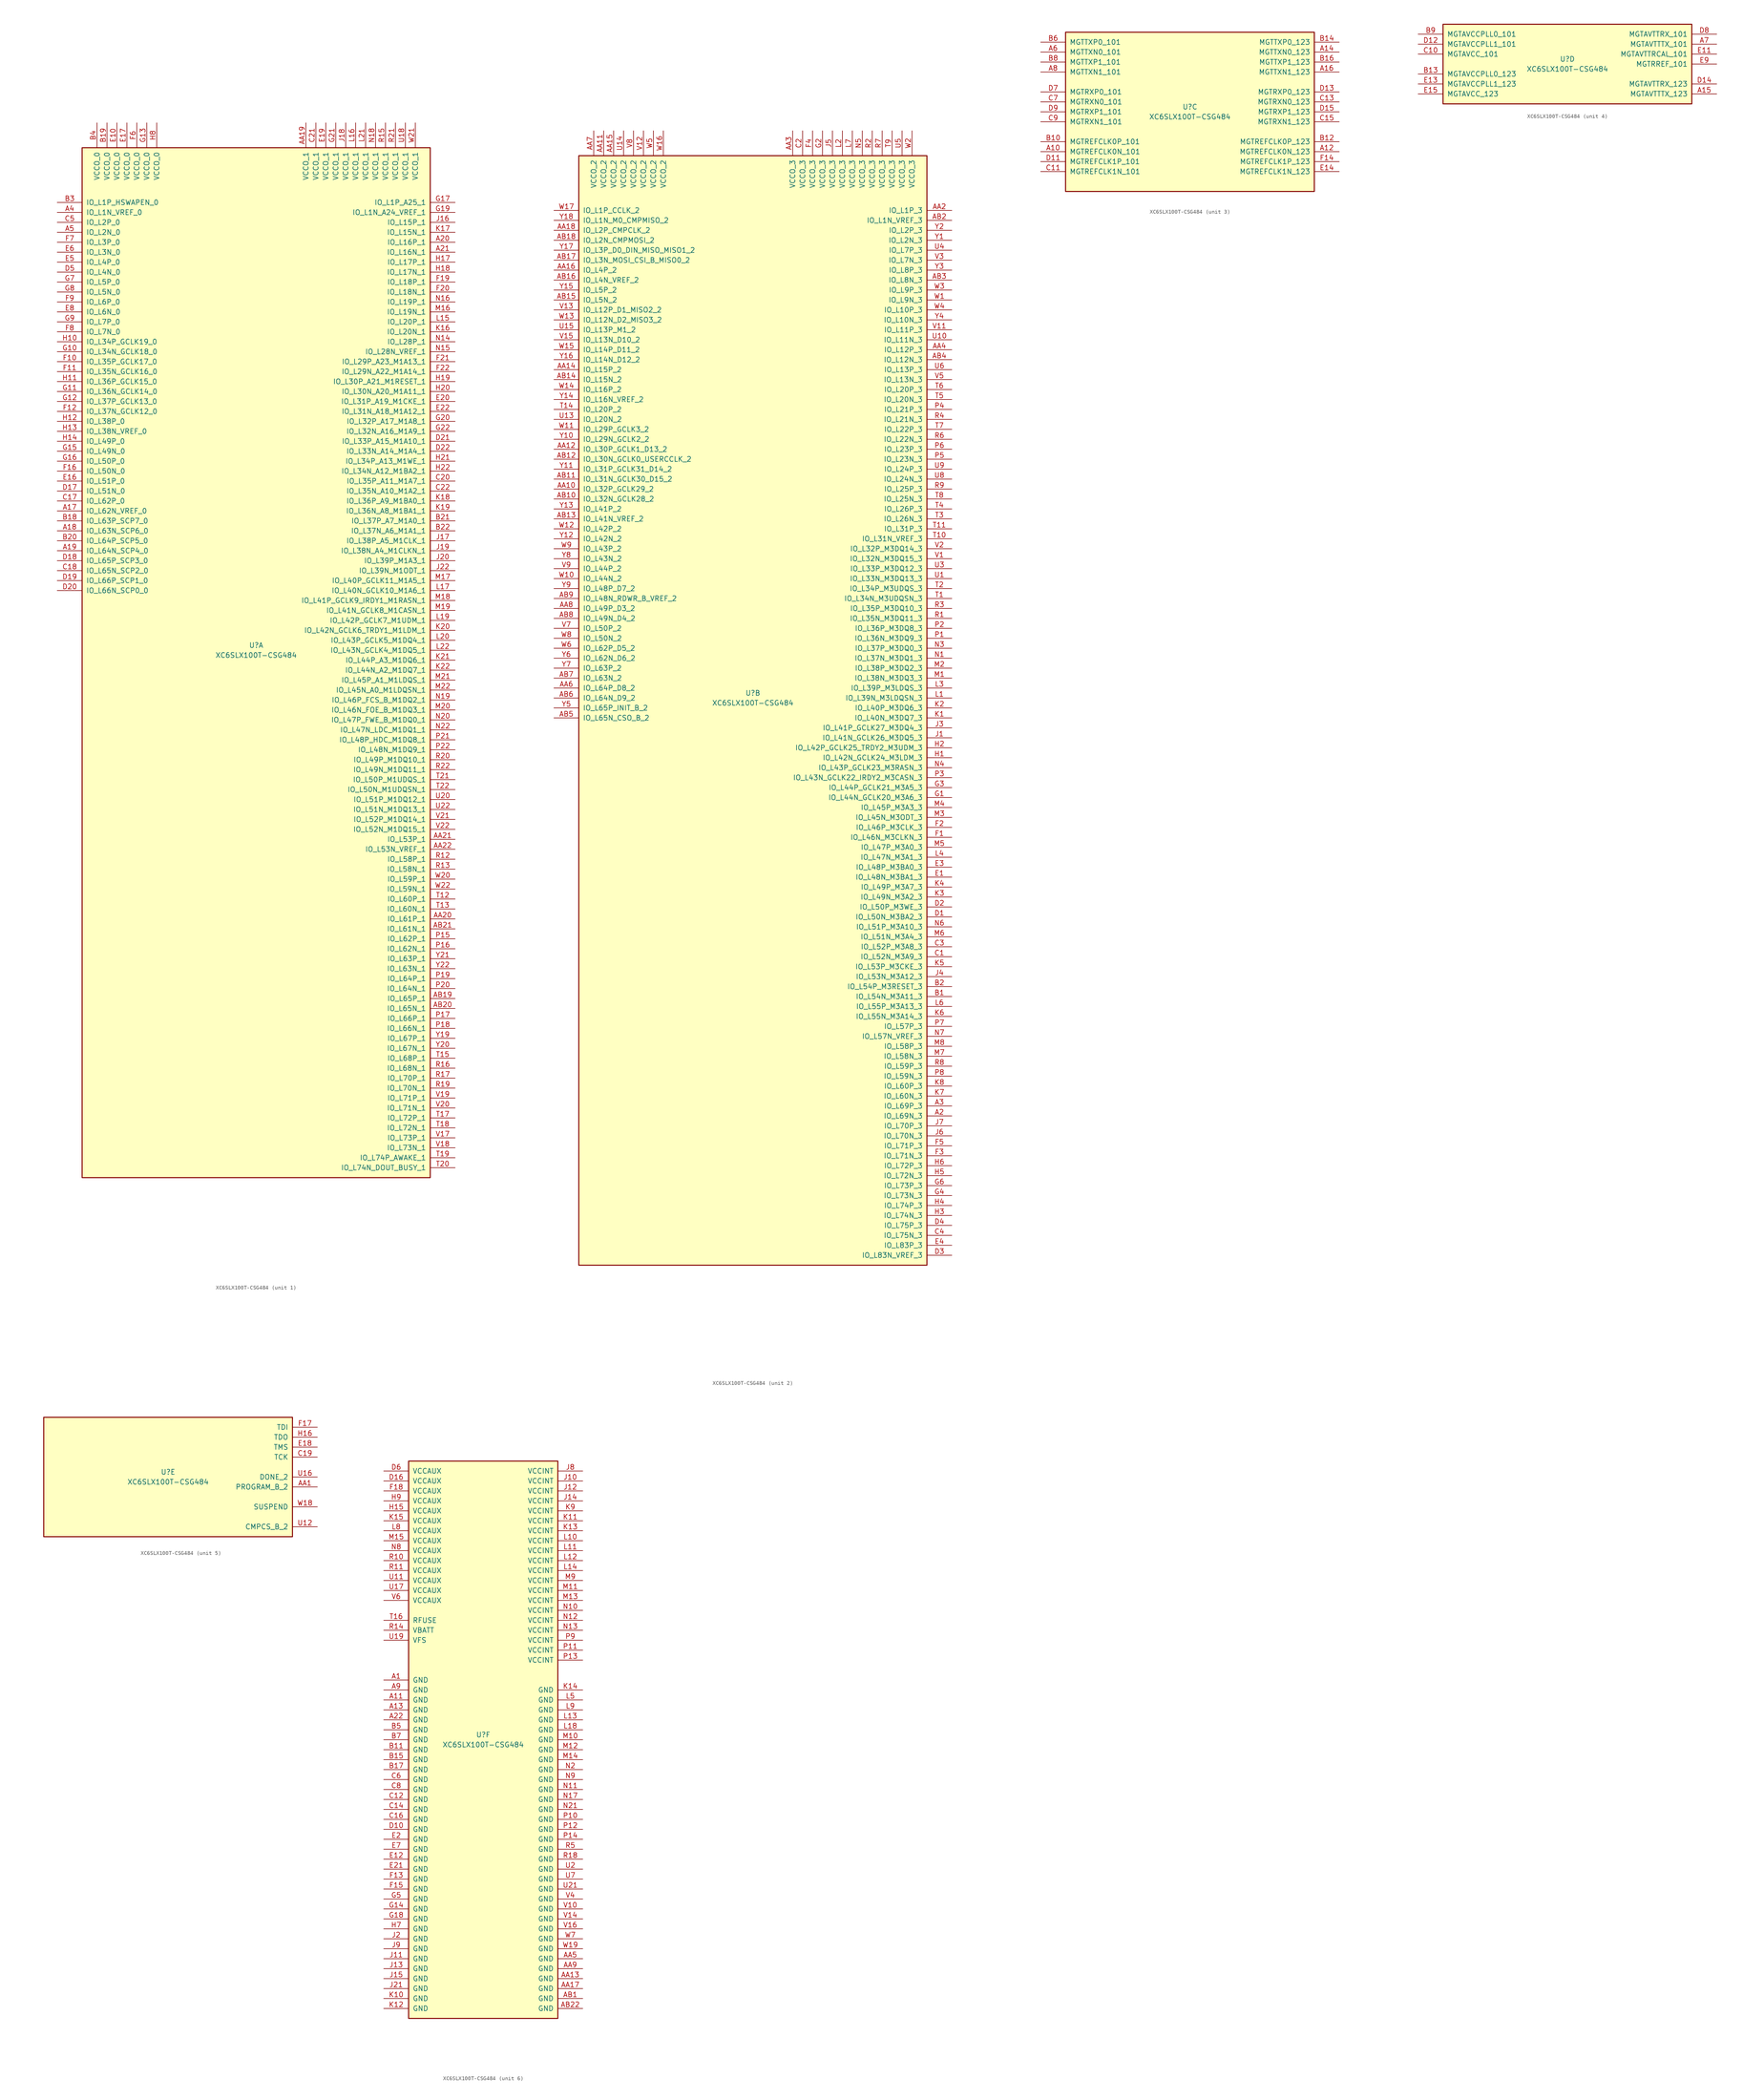
<source format=kicad_sym>
(kicad_symbol_lib
  (version 20201005)
  (generator kicad_symbol_editor)
  (symbol "FPGA_Xilinx_Spartan6:XC6SLX100T-CSG484"
    (pin_names
      (offset 1.016))
    (property "Reference" "U"
      (at 0 1.27 0)
      (effects (font (size 1.27 1.27))))
    (property "Value" "XC6SLX100T-CSG484"
      (at 0 -1.27 0)
      (effects (font (size 1.27 1.27))))
    (property "Datasheet" ""
      (at 0 0 0)
      (effects (font (size 1.27 1.27))))
    (property "ki_locked" ""
      (at 0 0 0)
      (effects (font (size 1.27 1.27))))
    (symbol "XC6SLX100T-CSG484_1_1"
      (rectangle (start -44.45 128.27) (end 44.45 -134.62) (stroke (width 0.254)) (fill (type background)))
      (pin power_in line (at -40.64 134.62 270) (length 6.35) (name "VCCO_0" (effects (font (size 1.27 1.27)))) (number "B4" (effects (font (size 1.27 1.27)))))
      (pin power_in line (at -38.1 134.62 270) (length 6.35) (name "VCCO_0" (effects (font (size 1.27 1.27)))) (number "B19" (effects (font (size 1.27 1.27)))))
      (pin power_in line (at -35.56 134.62 270) (length 6.35) (name "VCCO_0" (effects (font (size 1.27 1.27)))) (number "E10" (effects (font (size 1.27 1.27)))))
      (pin power_in line (at -33.02 134.62 270) (length 6.35) (name "VCCO_0" (effects (font (size 1.27 1.27)))) (number "E17" (effects (font (size 1.27 1.27)))))
      (pin power_in line (at -30.48 134.62 270) (length 6.35) (name "VCCO_0" (effects (font (size 1.27 1.27)))) (number "F6" (effects (font (size 1.27 1.27)))))
      (pin power_in line (at -27.94 134.62 270) (length 6.35) (name "VCCO_0" (effects (font (size 1.27 1.27)))) (number "G13" (effects (font (size 1.27 1.27)))))
      (pin power_in line (at -25.4 134.62 270) (length 6.35) (name "VCCO_0" (effects (font (size 1.27 1.27)))) (number "H8" (effects (font (size 1.27 1.27)))))
      (pin bidirectional line (at -50.8 114.3 0) (length 6.35) (name "IO_L1P_HSWAPEN_0" (effects (font (size 1.27 1.27)))) (number "B3" (effects (font (size 1.27 1.27)))))
      (pin bidirectional line (at -50.8 111.76 0) (length 6.35) (name "IO_L1N_VREF_0" (effects (font (size 1.27 1.27)))) (number "A4" (effects (font (size 1.27 1.27)))))
      (pin bidirectional line (at -50.8 109.22 0) (length 6.35) (name "IO_L2P_0" (effects (font (size 1.27 1.27)))) (number "C5" (effects (font (size 1.27 1.27)))))
      (pin bidirectional line (at -50.8 106.68 0) (length 6.35) (name "IO_L2N_0" (effects (font (size 1.27 1.27)))) (number "A5" (effects (font (size 1.27 1.27)))))
      (pin bidirectional line (at -50.8 104.14 0) (length 6.35) (name "IO_L3P_0" (effects (font (size 1.27 1.27)))) (number "F7" (effects (font (size 1.27 1.27)))))
      (pin bidirectional line (at -50.8 101.6 0) (length 6.35) (name "IO_L3N_0" (effects (font (size 1.27 1.27)))) (number "E6" (effects (font (size 1.27 1.27)))))
      (pin bidirectional line (at -50.8 99.06 0) (length 6.35) (name "IO_L4P_0" (effects (font (size 1.27 1.27)))) (number "E5" (effects (font (size 1.27 1.27)))))
      (pin bidirectional line (at -50.8 96.52 0) (length 6.35) (name "IO_L4N_0" (effects (font (size 1.27 1.27)))) (number "D5" (effects (font (size 1.27 1.27)))))
      (pin bidirectional line (at -50.8 93.98 0) (length 6.35) (name "IO_L5P_0" (effects (font (size 1.27 1.27)))) (number "G7" (effects (font (size 1.27 1.27)))))
      (pin bidirectional line (at -50.8 91.44 0) (length 6.35) (name "IO_L5N_0" (effects (font (size 1.27 1.27)))) (number "G8" (effects (font (size 1.27 1.27)))))
      (pin bidirectional line (at -50.8 88.9 0) (length 6.35) (name "IO_L6P_0" (effects (font (size 1.27 1.27)))) (number "F9" (effects (font (size 1.27 1.27)))))
      (pin bidirectional line (at -50.8 86.36 0) (length 6.35) (name "IO_L6N_0" (effects (font (size 1.27 1.27)))) (number "E8" (effects (font (size 1.27 1.27)))))
      (pin bidirectional line (at -50.8 83.82 0) (length 6.35) (name "IO_L7P_0" (effects (font (size 1.27 1.27)))) (number "G9" (effects (font (size 1.27 1.27)))))
      (pin bidirectional line (at -50.8 81.28 0) (length 6.35) (name "IO_L7N_0" (effects (font (size 1.27 1.27)))) (number "F8" (effects (font (size 1.27 1.27)))))
      (pin bidirectional line (at -50.8 78.74 0) (length 6.35) (name "IO_L34P_GCLK19_0" (effects (font (size 1.27 1.27)))) (number "H10" (effects (font (size 1.27 1.27)))))
      (pin bidirectional line (at -50.8 76.2 0) (length 6.35) (name "IO_L34N_GCLK18_0" (effects (font (size 1.27 1.27)))) (number "G10" (effects (font (size 1.27 1.27)))))
      (pin bidirectional line (at -50.8 73.66 0) (length 6.35) (name "IO_L35P_GCLK17_0" (effects (font (size 1.27 1.27)))) (number "F10" (effects (font (size 1.27 1.27)))))
      (pin bidirectional line (at -50.8 71.12 0) (length 6.35) (name "IO_L35N_GCLK16_0" (effects (font (size 1.27 1.27)))) (number "F11" (effects (font (size 1.27 1.27)))))
      (pin bidirectional line (at -50.8 68.58 0) (length 6.35) (name "IO_L36P_GCLK15_0" (effects (font (size 1.27 1.27)))) (number "H11" (effects (font (size 1.27 1.27)))))
      (pin bidirectional line (at -50.8 66.04 0) (length 6.35) (name "IO_L36N_GCLK14_0" (effects (font (size 1.27 1.27)))) (number "G11" (effects (font (size 1.27 1.27)))))
      (pin bidirectional line (at -50.8 63.5 0) (length 6.35) (name "IO_L37P_GCLK13_0" (effects (font (size 1.27 1.27)))) (number "G12" (effects (font (size 1.27 1.27)))))
      (pin bidirectional line (at -50.8 60.96 0) (length 6.35) (name "IO_L37N_GCLK12_0" (effects (font (size 1.27 1.27)))) (number "F12" (effects (font (size 1.27 1.27)))))
      (pin bidirectional line (at -50.8 58.42 0) (length 6.35) (name "IO_L38P_0" (effects (font (size 1.27 1.27)))) (number "H12" (effects (font (size 1.27 1.27)))))
      (pin bidirectional line (at -50.8 55.88 0) (length 6.35) (name "IO_L38N_VREF_0" (effects (font (size 1.27 1.27)))) (number "H13" (effects (font (size 1.27 1.27)))))
      (pin bidirectional line (at -50.8 53.34 0) (length 6.35) (name "IO_L49P_0" (effects (font (size 1.27 1.27)))) (number "H14" (effects (font (size 1.27 1.27)))))
      (pin bidirectional line (at -50.8 50.8 0) (length 6.35) (name "IO_L49N_0" (effects (font (size 1.27 1.27)))) (number "G15" (effects (font (size 1.27 1.27)))))
      (pin bidirectional line (at -50.8 48.26 0) (length 6.35) (name "IO_L50P_0" (effects (font (size 1.27 1.27)))) (number "G16" (effects (font (size 1.27 1.27)))))
      (pin bidirectional line (at -50.8 45.72 0) (length 6.35) (name "IO_L50N_0" (effects (font (size 1.27 1.27)))) (number "F16" (effects (font (size 1.27 1.27)))))
      (pin bidirectional line (at -50.8 43.18 0) (length 6.35) (name "IO_L51P_0" (effects (font (size 1.27 1.27)))) (number "E16" (effects (font (size 1.27 1.27)))))
      (pin bidirectional line (at -50.8 40.64 0) (length 6.35) (name "IO_L51N_0" (effects (font (size 1.27 1.27)))) (number "D17" (effects (font (size 1.27 1.27)))))
      (pin bidirectional line (at -50.8 38.1 0) (length 6.35) (name "IO_L62P_0" (effects (font (size 1.27 1.27)))) (number "C17" (effects (font (size 1.27 1.27)))))
      (pin bidirectional line (at -50.8 35.56 0) (length 6.35) (name "IO_L62N_VREF_0" (effects (font (size 1.27 1.27)))) (number "A17" (effects (font (size 1.27 1.27)))))
      (pin bidirectional line (at -50.8 33.02 0) (length 6.35) (name "IO_L63P_SCP7_0" (effects (font (size 1.27 1.27)))) (number "B18" (effects (font (size 1.27 1.27)))))
      (pin bidirectional line (at -50.8 30.48 0) (length 6.35) (name "IO_L63N_SCP6_0" (effects (font (size 1.27 1.27)))) (number "A18" (effects (font (size 1.27 1.27)))))
      (pin bidirectional line (at -50.8 27.94 0) (length 6.35) (name "IO_L64P_SCP5_0" (effects (font (size 1.27 1.27)))) (number "B20" (effects (font (size 1.27 1.27)))))
      (pin bidirectional line (at -50.8 25.4 0) (length 6.35) (name "IO_L64N_SCP4_0" (effects (font (size 1.27 1.27)))) (number "A19" (effects (font (size 1.27 1.27)))))
      (pin bidirectional line (at -50.8 22.86 0) (length 6.35) (name "IO_L65P_SCP3_0" (effects (font (size 1.27 1.27)))) (number "D18" (effects (font (size 1.27 1.27)))))
      (pin bidirectional line (at -50.8 20.32 0) (length 6.35) (name "IO_L65N_SCP2_0" (effects (font (size 1.27 1.27)))) (number "C18" (effects (font (size 1.27 1.27)))))
      (pin bidirectional line (at -50.8 17.78 0) (length 6.35) (name "IO_L66P_SCP1_0" (effects (font (size 1.27 1.27)))) (number "D19" (effects (font (size 1.27 1.27)))))
      (pin bidirectional line (at -50.8 15.24 0) (length 6.35) (name "IO_L66N_SCP0_0" (effects (font (size 1.27 1.27)))) (number "D20" (effects (font (size 1.27 1.27)))))
      (pin power_in line (at 12.7 134.62 270) (length 6.35) (name "VCCO_1" (effects (font (size 1.27 1.27)))) (number "AA19" (effects (font (size 1.27 1.27)))))
      (pin power_in line (at 15.24 134.62 270) (length 6.35) (name "VCCO_1" (effects (font (size 1.27 1.27)))) (number "C21" (effects (font (size 1.27 1.27)))))
      (pin power_in line (at 17.78 134.62 270) (length 6.35) (name "VCCO_1" (effects (font (size 1.27 1.27)))) (number "E19" (effects (font (size 1.27 1.27)))))
      (pin power_in line (at 20.32 134.62 270) (length 6.35) (name "VCCO_1" (effects (font (size 1.27 1.27)))) (number "G21" (effects (font (size 1.27 1.27)))))
      (pin power_in line (at 22.86 134.62 270) (length 6.35) (name "VCCO_1" (effects (font (size 1.27 1.27)))) (number "J18" (effects (font (size 1.27 1.27)))))
      (pin power_in line (at 25.4 134.62 270) (length 6.35) (name "VCCO_1" (effects (font (size 1.27 1.27)))) (number "L16" (effects (font (size 1.27 1.27)))))
      (pin power_in line (at 27.94 134.62 270) (length 6.35) (name "VCCO_1" (effects (font (size 1.27 1.27)))) (number "L21" (effects (font (size 1.27 1.27)))))
      (pin power_in line (at 30.48 134.62 270) (length 6.35) (name "VCCO_1" (effects (font (size 1.27 1.27)))) (number "N18" (effects (font (size 1.27 1.27)))))
      (pin power_in line (at 33.02 134.62 270) (length 6.35) (name "VCCO_1" (effects (font (size 1.27 1.27)))) (number "R15" (effects (font (size 1.27 1.27)))))
      (pin power_in line (at 35.56 134.62 270) (length 6.35) (name "VCCO_1" (effects (font (size 1.27 1.27)))) (number "R21" (effects (font (size 1.27 1.27)))))
      (pin power_in line (at 38.1 134.62 270) (length 6.35) (name "VCCO_1" (effects (font (size 1.27 1.27)))) (number "U18" (effects (font (size 1.27 1.27)))))
      (pin power_in line (at 40.64 134.62 270) (length 6.35) (name "VCCO_1" (effects (font (size 1.27 1.27)))) (number "W21" (effects (font (size 1.27 1.27)))))
      (pin bidirectional line (at 50.8 114.3 180) (length 6.35) (name "IO_L1P_A25_1" (effects (font (size 1.27 1.27)))) (number "G17" (effects (font (size 1.27 1.27)))))
      (pin bidirectional line (at 50.8 111.76 180) (length 6.35) (name "IO_L1N_A24_VREF_1" (effects (font (size 1.27 1.27)))) (number "G19" (effects (font (size 1.27 1.27)))))
      (pin bidirectional line (at 50.8 109.22 180) (length 6.35) (name "IO_L15P_1" (effects (font (size 1.27 1.27)))) (number "J16" (effects (font (size 1.27 1.27)))))
      (pin bidirectional line (at 50.8 106.68 180) (length 6.35) (name "IO_L15N_1" (effects (font (size 1.27 1.27)))) (number "K17" (effects (font (size 1.27 1.27)))))
      (pin bidirectional line (at 50.8 104.14 180) (length 6.35) (name "IO_L16P_1" (effects (font (size 1.27 1.27)))) (number "A20" (effects (font (size 1.27 1.27)))))
      (pin bidirectional line (at 50.8 101.6 180) (length 6.35) (name "IO_L16N_1" (effects (font (size 1.27 1.27)))) (number "A21" (effects (font (size 1.27 1.27)))))
      (pin bidirectional line (at 50.8 99.06 180) (length 6.35) (name "IO_L17P_1" (effects (font (size 1.27 1.27)))) (number "H17" (effects (font (size 1.27 1.27)))))
      (pin bidirectional line (at 50.8 96.52 180) (length 6.35) (name "IO_L17N_1" (effects (font (size 1.27 1.27)))) (number "H18" (effects (font (size 1.27 1.27)))))
      (pin bidirectional line (at 50.8 93.98 180) (length 6.35) (name "IO_L18P_1" (effects (font (size 1.27 1.27)))) (number "F19" (effects (font (size 1.27 1.27)))))
      (pin bidirectional line (at 50.8 91.44 180) (length 6.35) (name "IO_L18N_1" (effects (font (size 1.27 1.27)))) (number "F20" (effects (font (size 1.27 1.27)))))
      (pin bidirectional line (at 50.8 88.9 180) (length 6.35) (name "IO_L19P_1" (effects (font (size 1.27 1.27)))) (number "N16" (effects (font (size 1.27 1.27)))))
      (pin bidirectional line (at 50.8 86.36 180) (length 6.35) (name "IO_L19N_1" (effects (font (size 1.27 1.27)))) (number "M16" (effects (font (size 1.27 1.27)))))
      (pin bidirectional line (at 50.8 83.82 180) (length 6.35) (name "IO_L20P_1" (effects (font (size 1.27 1.27)))) (number "L15" (effects (font (size 1.27 1.27)))))
      (pin bidirectional line (at 50.8 81.28 180) (length 6.35) (name "IO_L20N_1" (effects (font (size 1.27 1.27)))) (number "K16" (effects (font (size 1.27 1.27)))))
      (pin bidirectional line (at 50.8 78.74 180) (length 6.35) (name "IO_L28P_1" (effects (font (size 1.27 1.27)))) (number "N14" (effects (font (size 1.27 1.27)))))
      (pin bidirectional line (at 50.8 76.2 180) (length 6.35) (name "IO_L28N_VREF_1" (effects (font (size 1.27 1.27)))) (number "N15" (effects (font (size 1.27 1.27)))))
      (pin bidirectional line (at 50.8 73.66 180) (length 6.35) (name "IO_L29P_A23_M1A13_1" (effects (font (size 1.27 1.27)))) (number "F21" (effects (font (size 1.27 1.27)))))
      (pin bidirectional line (at 50.8 71.12 180) (length 6.35) (name "IO_L29N_A22_M1A14_1" (effects (font (size 1.27 1.27)))) (number "F22" (effects (font (size 1.27 1.27)))))
      (pin bidirectional line (at 50.8 68.58 180) (length 6.35) (name "IO_L30P_A21_M1RESET_1" (effects (font (size 1.27 1.27)))) (number "H19" (effects (font (size 1.27 1.27)))))
      (pin bidirectional line (at 50.8 66.04 180) (length 6.35) (name "IO_L30N_A20_M1A11_1" (effects (font (size 1.27 1.27)))) (number "H20" (effects (font (size 1.27 1.27)))))
      (pin bidirectional line (at 50.8 63.5 180) (length 6.35) (name "IO_L31P_A19_M1CKE_1" (effects (font (size 1.27 1.27)))) (number "E20" (effects (font (size 1.27 1.27)))))
      (pin bidirectional line (at 50.8 60.96 180) (length 6.35) (name "IO_L31N_A18_M1A12_1" (effects (font (size 1.27 1.27)))) (number "E22" (effects (font (size 1.27 1.27)))))
      (pin bidirectional line (at 50.8 58.42 180) (length 6.35) (name "IO_L32P_A17_M1A8_1" (effects (font (size 1.27 1.27)))) (number "G20" (effects (font (size 1.27 1.27)))))
      (pin bidirectional line (at 50.8 55.88 180) (length 6.35) (name "IO_L32N_A16_M1A9_1" (effects (font (size 1.27 1.27)))) (number "G22" (effects (font (size 1.27 1.27)))))
      (pin bidirectional line (at 50.8 53.34 180) (length 6.35) (name "IO_L33P_A15_M1A10_1" (effects (font (size 1.27 1.27)))) (number "D21" (effects (font (size 1.27 1.27)))))
      (pin bidirectional line (at 50.8 50.8 180) (length 6.35) (name "IO_L33N_A14_M1A4_1" (effects (font (size 1.27 1.27)))) (number "D22" (effects (font (size 1.27 1.27)))))
      (pin bidirectional line (at 50.8 48.26 180) (length 6.35) (name "IO_L34P_A13_M1WE_1" (effects (font (size 1.27 1.27)))) (number "H21" (effects (font (size 1.27 1.27)))))
      (pin bidirectional line (at 50.8 45.72 180) (length 6.35) (name "IO_L34N_A12_M1BA2_1" (effects (font (size 1.27 1.27)))) (number "H22" (effects (font (size 1.27 1.27)))))
      (pin bidirectional line (at 50.8 43.18 180) (length 6.35) (name "IO_L35P_A11_M1A7_1" (effects (font (size 1.27 1.27)))) (number "C20" (effects (font (size 1.27 1.27)))))
      (pin bidirectional line (at 50.8 40.64 180) (length 6.35) (name "IO_L35N_A10_M1A2_1" (effects (font (size 1.27 1.27)))) (number "C22" (effects (font (size 1.27 1.27)))))
      (pin bidirectional line (at 50.8 38.1 180) (length 6.35) (name "IO_L36P_A9_M1BA0_1" (effects (font (size 1.27 1.27)))) (number "K18" (effects (font (size 1.27 1.27)))))
      (pin bidirectional line (at 50.8 35.56 180) (length 6.35) (name "IO_L36N_A8_M1BA1_1" (effects (font (size 1.27 1.27)))) (number "K19" (effects (font (size 1.27 1.27)))))
      (pin bidirectional line (at 50.8 33.02 180) (length 6.35) (name "IO_L37P_A7_M1A0_1" (effects (font (size 1.27 1.27)))) (number "B21" (effects (font (size 1.27 1.27)))))
      (pin bidirectional line (at 50.8 30.48 180) (length 6.35) (name "IO_L37N_A6_M1A1_1" (effects (font (size 1.27 1.27)))) (number "B22" (effects (font (size 1.27 1.27)))))
      (pin bidirectional line (at 50.8 27.94 180) (length 6.35) (name "IO_L38P_A5_M1CLK_1" (effects (font (size 1.27 1.27)))) (number "J17" (effects (font (size 1.27 1.27)))))
      (pin bidirectional line (at 50.8 25.4 180) (length 6.35) (name "IO_L38N_A4_M1CLKN_1" (effects (font (size 1.27 1.27)))) (number "J19" (effects (font (size 1.27 1.27)))))
      (pin bidirectional line (at 50.8 22.86 180) (length 6.35) (name "IO_L39P_M1A3_1" (effects (font (size 1.27 1.27)))) (number "J20" (effects (font (size 1.27 1.27)))))
      (pin bidirectional line (at 50.8 20.32 180) (length 6.35) (name "IO_L39N_M1ODT_1" (effects (font (size 1.27 1.27)))) (number "J22" (effects (font (size 1.27 1.27)))))
      (pin bidirectional line (at 50.8 17.78 180) (length 6.35) (name "IO_L40P_GCLK11_M1A5_1" (effects (font (size 1.27 1.27)))) (number "M17" (effects (font (size 1.27 1.27)))))
      (pin bidirectional line (at 50.8 15.24 180) (length 6.35) (name "IO_L40N_GCLK10_M1A6_1" (effects (font (size 1.27 1.27)))) (number "L17" (effects (font (size 1.27 1.27)))))
      (pin bidirectional line (at 50.8 12.7 180) (length 6.35) (name "IO_L41P_GCLK9_IRDY1_M1RASN_1" (effects (font (size 1.27 1.27)))) (number "M18" (effects (font (size 1.27 1.27)))))
      (pin bidirectional line (at 50.8 10.16 180) (length 6.35) (name "IO_L41N_GCLK8_M1CASN_1" (effects (font (size 1.27 1.27)))) (number "M19" (effects (font (size 1.27 1.27)))))
      (pin bidirectional line (at 50.8 7.62 180) (length 6.35) (name "IO_L42P_GCLK7_M1UDM_1" (effects (font (size 1.27 1.27)))) (number "L19" (effects (font (size 1.27 1.27)))))
      (pin bidirectional line (at 50.8 5.08 180) (length 6.35) (name "IO_L42N_GCLK6_TRDY1_M1LDM_1" (effects (font (size 1.27 1.27)))) (number "K20" (effects (font (size 1.27 1.27)))))
      (pin bidirectional line (at 50.8 2.54 180) (length 6.35) (name "IO_L43P_GCLK5_M1DQ4_1" (effects (font (size 1.27 1.27)))) (number "L20" (effects (font (size 1.27 1.27)))))
      (pin bidirectional line (at 50.8 0 180) (length 6.35) (name "IO_L43N_GCLK4_M1DQ5_1" (effects (font (size 1.27 1.27)))) (number "L22" (effects (font (size 1.27 1.27)))))
      (pin bidirectional line (at 50.8 -2.54 180) (length 6.35) (name "IO_L44P_A3_M1DQ6_1" (effects (font (size 1.27 1.27)))) (number "K21" (effects (font (size 1.27 1.27)))))
      (pin bidirectional line (at 50.8 -5.08 180) (length 6.35) (name "IO_L44N_A2_M1DQ7_1" (effects (font (size 1.27 1.27)))) (number "K22" (effects (font (size 1.27 1.27)))))
      (pin bidirectional line (at 50.8 -7.62 180) (length 6.35) (name "IO_L45P_A1_M1LDQS_1" (effects (font (size 1.27 1.27)))) (number "M21" (effects (font (size 1.27 1.27)))))
      (pin bidirectional line (at 50.8 -10.16 180) (length 6.35) (name "IO_L45N_A0_M1LDQSN_1" (effects (font (size 1.27 1.27)))) (number "M22" (effects (font (size 1.27 1.27)))))
      (pin bidirectional line (at 50.8 -12.7 180) (length 6.35) (name "IO_L46P_FCS_B_M1DQ2_1" (effects (font (size 1.27 1.27)))) (number "N19" (effects (font (size 1.27 1.27)))))
      (pin bidirectional line (at 50.8 -15.24 180) (length 6.35) (name "IO_L46N_FOE_B_M1DQ3_1" (effects (font (size 1.27 1.27)))) (number "M20" (effects (font (size 1.27 1.27)))))
      (pin bidirectional line (at 50.8 -17.78 180) (length 6.35) (name "IO_L47P_FWE_B_M1DQ0_1" (effects (font (size 1.27 1.27)))) (number "N20" (effects (font (size 1.27 1.27)))))
      (pin bidirectional line (at 50.8 -20.32 180) (length 6.35) (name "IO_L47N_LDC_M1DQ1_1" (effects (font (size 1.27 1.27)))) (number "N22" (effects (font (size 1.27 1.27)))))
      (pin bidirectional line (at 50.8 -22.86 180) (length 6.35) (name "IO_L48P_HDC_M1DQ8_1" (effects (font (size 1.27 1.27)))) (number "P21" (effects (font (size 1.27 1.27)))))
      (pin bidirectional line (at 50.8 -25.4 180) (length 6.35) (name "IO_L48N_M1DQ9_1" (effects (font (size 1.27 1.27)))) (number "P22" (effects (font (size 1.27 1.27)))))
      (pin bidirectional line (at 50.8 -27.94 180) (length 6.35) (name "IO_L49P_M1DQ10_1" (effects (font (size 1.27 1.27)))) (number "R20" (effects (font (size 1.27 1.27)))))
      (pin bidirectional line (at 50.8 -30.48 180) (length 6.35) (name "IO_L49N_M1DQ11_1" (effects (font (size 1.27 1.27)))) (number "R22" (effects (font (size 1.27 1.27)))))
      (pin bidirectional line (at 50.8 -33.02 180) (length 6.35) (name "IO_L50P_M1UDQS_1" (effects (font (size 1.27 1.27)))) (number "T21" (effects (font (size 1.27 1.27)))))
      (pin bidirectional line (at 50.8 -35.56 180) (length 6.35) (name "IO_L50N_M1UDQSN_1" (effects (font (size 1.27 1.27)))) (number "T22" (effects (font (size 1.27 1.27)))))
      (pin bidirectional line (at 50.8 -38.1 180) (length 6.35) (name "IO_L51P_M1DQ12_1" (effects (font (size 1.27 1.27)))) (number "U20" (effects (font (size 1.27 1.27)))))
      (pin bidirectional line (at 50.8 -40.64 180) (length 6.35) (name "IO_L51N_M1DQ13_1" (effects (font (size 1.27 1.27)))) (number "U22" (effects (font (size 1.27 1.27)))))
      (pin bidirectional line (at 50.8 -43.18 180) (length 6.35) (name "IO_L52P_M1DQ14_1" (effects (font (size 1.27 1.27)))) (number "V21" (effects (font (size 1.27 1.27)))))
      (pin bidirectional line (at 50.8 -45.72 180) (length 6.35) (name "IO_L52N_M1DQ15_1" (effects (font (size 1.27 1.27)))) (number "V22" (effects (font (size 1.27 1.27)))))
      (pin bidirectional line (at 50.8 -48.26 180) (length 6.35) (name "IO_L53P_1" (effects (font (size 1.27 1.27)))) (number "AA21" (effects (font (size 1.27 1.27)))))
      (pin bidirectional line (at 50.8 -50.8 180) (length 6.35) (name "IO_L53N_VREF_1" (effects (font (size 1.27 1.27)))) (number "AA22" (effects (font (size 1.27 1.27)))))
      (pin bidirectional line (at 50.8 -53.34 180) (length 6.35) (name "IO_L58P_1" (effects (font (size 1.27 1.27)))) (number "R12" (effects (font (size 1.27 1.27)))))
      (pin bidirectional line (at 50.8 -55.88 180) (length 6.35) (name "IO_L58N_1" (effects (font (size 1.27 1.27)))) (number "R13" (effects (font (size 1.27 1.27)))))
      (pin bidirectional line (at 50.8 -58.42 180) (length 6.35) (name "IO_L59P_1" (effects (font (size 1.27 1.27)))) (number "W20" (effects (font (size 1.27 1.27)))))
      (pin bidirectional line (at 50.8 -60.96 180) (length 6.35) (name "IO_L59N_1" (effects (font (size 1.27 1.27)))) (number "W22" (effects (font (size 1.27 1.27)))))
      (pin bidirectional line (at 50.8 -63.5 180) (length 6.35) (name "IO_L60P_1" (effects (font (size 1.27 1.27)))) (number "T12" (effects (font (size 1.27 1.27)))))
      (pin bidirectional line (at 50.8 -66.04 180) (length 6.35) (name "IO_L60N_1" (effects (font (size 1.27 1.27)))) (number "T13" (effects (font (size 1.27 1.27)))))
      (pin bidirectional line (at 50.8 -68.58 180) (length 6.35) (name "IO_L61P_1" (effects (font (size 1.27 1.27)))) (number "AA20" (effects (font (size 1.27 1.27)))))
      (pin bidirectional line (at 50.8 -71.12 180) (length 6.35) (name "IO_L61N_1" (effects (font (size 1.27 1.27)))) (number "AB21" (effects (font (size 1.27 1.27)))))
      (pin bidirectional line (at 50.8 -73.66 180) (length 6.35) (name "IO_L62P_1" (effects (font (size 1.27 1.27)))) (number "P15" (effects (font (size 1.27 1.27)))))
      (pin bidirectional line (at 50.8 -76.2 180) (length 6.35) (name "IO_L62N_1" (effects (font (size 1.27 1.27)))) (number "P16" (effects (font (size 1.27 1.27)))))
      (pin bidirectional line (at 50.8 -78.74 180) (length 6.35) (name "IO_L63P_1" (effects (font (size 1.27 1.27)))) (number "Y21" (effects (font (size 1.27 1.27)))))
      (pin bidirectional line (at 50.8 -81.28 180) (length 6.35) (name "IO_L63N_1" (effects (font (size 1.27 1.27)))) (number "Y22" (effects (font (size 1.27 1.27)))))
      (pin bidirectional line (at 50.8 -83.82 180) (length 6.35) (name "IO_L64P_1" (effects (font (size 1.27 1.27)))) (number "P19" (effects (font (size 1.27 1.27)))))
      (pin bidirectional line (at 50.8 -86.36 180) (length 6.35) (name "IO_L64N_1" (effects (font (size 1.27 1.27)))) (number "P20" (effects (font (size 1.27 1.27)))))
      (pin bidirectional line (at 50.8 -88.9 180) (length 6.35) (name "IO_L65P_1" (effects (font (size 1.27 1.27)))) (number "AB19" (effects (font (size 1.27 1.27)))))
      (pin bidirectional line (at 50.8 -91.44 180) (length 6.35) (name "IO_L65N_1" (effects (font (size 1.27 1.27)))) (number "AB20" (effects (font (size 1.27 1.27)))))
      (pin bidirectional line (at 50.8 -93.98 180) (length 6.35) (name "IO_L66P_1" (effects (font (size 1.27 1.27)))) (number "P17" (effects (font (size 1.27 1.27)))))
      (pin bidirectional line (at 50.8 -96.52 180) (length 6.35) (name "IO_L66N_1" (effects (font (size 1.27 1.27)))) (number "P18" (effects (font (size 1.27 1.27)))))
      (pin bidirectional line (at 50.8 -99.06 180) (length 6.35) (name "IO_L67P_1" (effects (font (size 1.27 1.27)))) (number "Y19" (effects (font (size 1.27 1.27)))))
      (pin bidirectional line (at 50.8 -101.6 180) (length 6.35) (name "IO_L67N_1" (effects (font (size 1.27 1.27)))) (number "Y20" (effects (font (size 1.27 1.27)))))
      (pin bidirectional line (at 50.8 -104.14 180) (length 6.35) (name "IO_L68P_1" (effects (font (size 1.27 1.27)))) (number "T15" (effects (font (size 1.27 1.27)))))
      (pin bidirectional line (at 50.8 -106.68 180) (length 6.35) (name "IO_L68N_1" (effects (font (size 1.27 1.27)))) (number "R16" (effects (font (size 1.27 1.27)))))
      (pin bidirectional line (at 50.8 -109.22 180) (length 6.35) (name "IO_L70P_1" (effects (font (size 1.27 1.27)))) (number "R17" (effects (font (size 1.27 1.27)))))
      (pin bidirectional line (at 50.8 -111.76 180) (length 6.35) (name "IO_L70N_1" (effects (font (size 1.27 1.27)))) (number "R19" (effects (font (size 1.27 1.27)))))
      (pin bidirectional line (at 50.8 -114.3 180) (length 6.35) (name "IO_L71P_1" (effects (font (size 1.27 1.27)))) (number "V19" (effects (font (size 1.27 1.27)))))
      (pin bidirectional line (at 50.8 -116.84 180) (length 6.35) (name "IO_L71N_1" (effects (font (size 1.27 1.27)))) (number "V20" (effects (font (size 1.27 1.27)))))
      (pin bidirectional line (at 50.8 -119.38 180) (length 6.35) (name "IO_L72P_1" (effects (font (size 1.27 1.27)))) (number "T17" (effects (font (size 1.27 1.27)))))
      (pin bidirectional line (at 50.8 -121.92 180) (length 6.35) (name "IO_L72N_1" (effects (font (size 1.27 1.27)))) (number "T18" (effects (font (size 1.27 1.27)))))
      (pin bidirectional line (at 50.8 -124.46 180) (length 6.35) (name "IO_L73P_1" (effects (font (size 1.27 1.27)))) (number "V17" (effects (font (size 1.27 1.27)))))
      (pin bidirectional line (at 50.8 -127 180) (length 6.35) (name "IO_L73N_1" (effects (font (size 1.27 1.27)))) (number "V18" (effects (font (size 1.27 1.27)))))
      (pin bidirectional line (at 50.8 -129.54 180) (length 6.35) (name "IO_L74P_AWAKE_1" (effects (font (size 1.27 1.27)))) (number "T19" (effects (font (size 1.27 1.27)))))
      (pin bidirectional line (at 50.8 -132.08 180) (length 6.35) (name "IO_L74N_DOUT_BUSY_1" (effects (font (size 1.27 1.27)))) (number "T20" (effects (font (size 1.27 1.27))))))
    (symbol "XC6SLX100T-CSG484_2_1"
      (rectangle (start -44.45 138.43) (end 44.45 -144.78) (stroke (width 0.254)) (fill (type background)))
      (pin power_in line (at -40.64 144.78 270) (length 6.35) (name "VCCO_2" (effects (font (size 1.27 1.27)))) (number "AA7" (effects (font (size 1.27 1.27)))))
      (pin power_in line (at -38.1 144.78 270) (length 6.35) (name "VCCO_2" (effects (font (size 1.27 1.27)))) (number "AA11" (effects (font (size 1.27 1.27)))))
      (pin power_in line (at -35.56 144.78 270) (length 6.35) (name "VCCO_2" (effects (font (size 1.27 1.27)))) (number "AA15" (effects (font (size 1.27 1.27)))))
      (pin power_in line (at -33.02 144.78 270) (length 6.35) (name "VCCO_2" (effects (font (size 1.27 1.27)))) (number "U14" (effects (font (size 1.27 1.27)))))
      (pin power_in line (at -30.48 144.78 270) (length 6.35) (name "VCCO_2" (effects (font (size 1.27 1.27)))) (number "V8" (effects (font (size 1.27 1.27)))))
      (pin power_in line (at -27.94 144.78 270) (length 6.35) (name "VCCO_2" (effects (font (size 1.27 1.27)))) (number "V12" (effects (font (size 1.27 1.27)))))
      (pin power_in line (at -25.4 144.78 270) (length 6.35) (name "VCCO_2" (effects (font (size 1.27 1.27)))) (number "W5" (effects (font (size 1.27 1.27)))))
      (pin power_in line (at -22.86 144.78 270) (length 6.35) (name "VCCO_2" (effects (font (size 1.27 1.27)))) (number "W16" (effects (font (size 1.27 1.27)))))
      (pin bidirectional line (at -50.8 124.46 0) (length 6.35) (name "IO_L1P_CCLK_2" (effects (font (size 1.27 1.27)))) (number "W17" (effects (font (size 1.27 1.27)))))
      (pin bidirectional line (at -50.8 121.92 0) (length 6.35) (name "IO_L1N_M0_CMPMISO_2" (effects (font (size 1.27 1.27)))) (number "Y18" (effects (font (size 1.27 1.27)))))
      (pin bidirectional line (at -50.8 119.38 0) (length 6.35) (name "IO_L2P_CMPCLK_2" (effects (font (size 1.27 1.27)))) (number "AA18" (effects (font (size 1.27 1.27)))))
      (pin bidirectional line (at -50.8 116.84 0) (length 6.35) (name "IO_L2N_CMPMOSI_2" (effects (font (size 1.27 1.27)))) (number "AB18" (effects (font (size 1.27 1.27)))))
      (pin bidirectional line (at -50.8 114.3 0) (length 6.35) (name "IO_L3P_D0_DIN_MISO_MISO1_2" (effects (font (size 1.27 1.27)))) (number "Y17" (effects (font (size 1.27 1.27)))))
      (pin bidirectional line (at -50.8 111.76 0) (length 6.35) (name "IO_L3N_MOSI_CSI_B_MISO0_2" (effects (font (size 1.27 1.27)))) (number "AB17" (effects (font (size 1.27 1.27)))))
      (pin bidirectional line (at -50.8 109.22 0) (length 6.35) (name "IO_L4P_2" (effects (font (size 1.27 1.27)))) (number "AA16" (effects (font (size 1.27 1.27)))))
      (pin bidirectional line (at -50.8 106.68 0) (length 6.35) (name "IO_L4N_VREF_2" (effects (font (size 1.27 1.27)))) (number "AB16" (effects (font (size 1.27 1.27)))))
      (pin bidirectional line (at -50.8 104.14 0) (length 6.35) (name "IO_L5P_2" (effects (font (size 1.27 1.27)))) (number "Y15" (effects (font (size 1.27 1.27)))))
      (pin bidirectional line (at -50.8 101.6 0) (length 6.35) (name "IO_L5N_2" (effects (font (size 1.27 1.27)))) (number "AB15" (effects (font (size 1.27 1.27)))))
      (pin bidirectional line (at -50.8 99.06 0) (length 6.35) (name "IO_L12P_D1_MISO2_2" (effects (font (size 1.27 1.27)))) (number "V13" (effects (font (size 1.27 1.27)))))
      (pin bidirectional line (at -50.8 96.52 0) (length 6.35) (name "IO_L12N_D2_MISO3_2" (effects (font (size 1.27 1.27)))) (number "W13" (effects (font (size 1.27 1.27)))))
      (pin bidirectional line (at -50.8 93.98 0) (length 6.35) (name "IO_L13P_M1_2" (effects (font (size 1.27 1.27)))) (number "U15" (effects (font (size 1.27 1.27)))))
      (pin bidirectional line (at -50.8 91.44 0) (length 6.35) (name "IO_L13N_D10_2" (effects (font (size 1.27 1.27)))) (number "V15" (effects (font (size 1.27 1.27)))))
      (pin bidirectional line (at -50.8 88.9 0) (length 6.35) (name "IO_L14P_D11_2" (effects (font (size 1.27 1.27)))) (number "W15" (effects (font (size 1.27 1.27)))))
      (pin bidirectional line (at -50.8 86.36 0) (length 6.35) (name "IO_L14N_D12_2" (effects (font (size 1.27 1.27)))) (number "Y16" (effects (font (size 1.27 1.27)))))
      (pin bidirectional line (at -50.8 83.82 0) (length 6.35) (name "IO_L15P_2" (effects (font (size 1.27 1.27)))) (number "AA14" (effects (font (size 1.27 1.27)))))
      (pin bidirectional line (at -50.8 81.28 0) (length 6.35) (name "IO_L15N_2" (effects (font (size 1.27 1.27)))) (number "AB14" (effects (font (size 1.27 1.27)))))
      (pin bidirectional line (at -50.8 78.74 0) (length 6.35) (name "IO_L16P_2" (effects (font (size 1.27 1.27)))) (number "W14" (effects (font (size 1.27 1.27)))))
      (pin bidirectional line (at -50.8 76.2 0) (length 6.35) (name "IO_L16N_VREF_2" (effects (font (size 1.27 1.27)))) (number "Y14" (effects (font (size 1.27 1.27)))))
      (pin bidirectional line (at -50.8 73.66 0) (length 6.35) (name "IO_L20P_2" (effects (font (size 1.27 1.27)))) (number "T14" (effects (font (size 1.27 1.27)))))
      (pin bidirectional line (at -50.8 71.12 0) (length 6.35) (name "IO_L20N_2" (effects (font (size 1.27 1.27)))) (number "U13" (effects (font (size 1.27 1.27)))))
      (pin bidirectional line (at -50.8 68.58 0) (length 6.35) (name "IO_L29P_GCLK3_2" (effects (font (size 1.27 1.27)))) (number "W11" (effects (font (size 1.27 1.27)))))
      (pin bidirectional line (at -50.8 66.04 0) (length 6.35) (name "IO_L29N_GCLK2_2" (effects (font (size 1.27 1.27)))) (number "Y10" (effects (font (size 1.27 1.27)))))
      (pin bidirectional line (at -50.8 63.5 0) (length 6.35) (name "IO_L30P_GCLK1_D13_2" (effects (font (size 1.27 1.27)))) (number "AA12" (effects (font (size 1.27 1.27)))))
      (pin bidirectional line (at -50.8 60.96 0) (length 6.35) (name "IO_L30N_GCLK0_USERCCLK_2" (effects (font (size 1.27 1.27)))) (number "AB12" (effects (font (size 1.27 1.27)))))
      (pin bidirectional line (at -50.8 58.42 0) (length 6.35) (name "IO_L31P_GCLK31_D14_2" (effects (font (size 1.27 1.27)))) (number "Y11" (effects (font (size 1.27 1.27)))))
      (pin bidirectional line (at -50.8 55.88 0) (length 6.35) (name "IO_L31N_GCLK30_D15_2" (effects (font (size 1.27 1.27)))) (number "AB11" (effects (font (size 1.27 1.27)))))
      (pin bidirectional line (at -50.8 53.34 0) (length 6.35) (name "IO_L32P_GCLK29_2" (effects (font (size 1.27 1.27)))) (number "AA10" (effects (font (size 1.27 1.27)))))
      (pin bidirectional line (at -50.8 50.8 0) (length 6.35) (name "IO_L32N_GCLK28_2" (effects (font (size 1.27 1.27)))) (number "AB10" (effects (font (size 1.27 1.27)))))
      (pin bidirectional line (at -50.8 48.26 0) (length 6.35) (name "IO_L41P_2" (effects (font (size 1.27 1.27)))) (number "Y13" (effects (font (size 1.27 1.27)))))
      (pin bidirectional line (at -50.8 45.72 0) (length 6.35) (name "IO_L41N_VREF_2" (effects (font (size 1.27 1.27)))) (number "AB13" (effects (font (size 1.27 1.27)))))
      (pin bidirectional line (at -50.8 43.18 0) (length 6.35) (name "IO_L42P_2" (effects (font (size 1.27 1.27)))) (number "W12" (effects (font (size 1.27 1.27)))))
      (pin bidirectional line (at -50.8 40.64 0) (length 6.35) (name "IO_L42N_2" (effects (font (size 1.27 1.27)))) (number "Y12" (effects (font (size 1.27 1.27)))))
      (pin bidirectional line (at -50.8 38.1 0) (length 6.35) (name "IO_L43P_2" (effects (font (size 1.27 1.27)))) (number "W9" (effects (font (size 1.27 1.27)))))
      (pin bidirectional line (at -50.8 35.56 0) (length 6.35) (name "IO_L43N_2" (effects (font (size 1.27 1.27)))) (number "Y8" (effects (font (size 1.27 1.27)))))
      (pin bidirectional line (at -50.8 33.02 0) (length 6.35) (name "IO_L44P_2" (effects (font (size 1.27 1.27)))) (number "V9" (effects (font (size 1.27 1.27)))))
      (pin bidirectional line (at -50.8 30.48 0) (length 6.35) (name "IO_L44N_2" (effects (font (size 1.27 1.27)))) (number "W10" (effects (font (size 1.27 1.27)))))
      (pin bidirectional line (at -50.8 27.94 0) (length 6.35) (name "IO_L48P_D7_2" (effects (font (size 1.27 1.27)))) (number "Y9" (effects (font (size 1.27 1.27)))))
      (pin bidirectional line (at -50.8 25.4 0) (length 6.35) (name "IO_L48N_RDWR_B_VREF_2" (effects (font (size 1.27 1.27)))) (number "AB9" (effects (font (size 1.27 1.27)))))
      (pin bidirectional line (at -50.8 22.86 0) (length 6.35) (name "IO_L49P_D3_2" (effects (font (size 1.27 1.27)))) (number "AA8" (effects (font (size 1.27 1.27)))))
      (pin bidirectional line (at -50.8 20.32 0) (length 6.35) (name "IO_L49N_D4_2" (effects (font (size 1.27 1.27)))) (number "AB8" (effects (font (size 1.27 1.27)))))
      (pin bidirectional line (at -50.8 17.78 0) (length 6.35) (name "IO_L50P_2" (effects (font (size 1.27 1.27)))) (number "V7" (effects (font (size 1.27 1.27)))))
      (pin bidirectional line (at -50.8 15.24 0) (length 6.35) (name "IO_L50N_2" (effects (font (size 1.27 1.27)))) (number "W8" (effects (font (size 1.27 1.27)))))
      (pin bidirectional line (at -50.8 12.7 0) (length 6.35) (name "IO_L62P_D5_2" (effects (font (size 1.27 1.27)))) (number "W6" (effects (font (size 1.27 1.27)))))
      (pin bidirectional line (at -50.8 10.16 0) (length 6.35) (name "IO_L62N_D6_2" (effects (font (size 1.27 1.27)))) (number "Y6" (effects (font (size 1.27 1.27)))))
      (pin bidirectional line (at -50.8 7.62 0) (length 6.35) (name "IO_L63P_2" (effects (font (size 1.27 1.27)))) (number "Y7" (effects (font (size 1.27 1.27)))))
      (pin bidirectional line (at -50.8 5.08 0) (length 6.35) (name "IO_L63N_2" (effects (font (size 1.27 1.27)))) (number "AB7" (effects (font (size 1.27 1.27)))))
      (pin bidirectional line (at -50.8 2.54 0) (length 6.35) (name "IO_L64P_D8_2" (effects (font (size 1.27 1.27)))) (number "AA6" (effects (font (size 1.27 1.27)))))
      (pin bidirectional line (at -50.8 0 0) (length 6.35) (name "IO_L64N_D9_2" (effects (font (size 1.27 1.27)))) (number "AB6" (effects (font (size 1.27 1.27)))))
      (pin bidirectional line (at -50.8 -2.54 0) (length 6.35) (name "IO_L65P_INIT_B_2" (effects (font (size 1.27 1.27)))) (number "Y5" (effects (font (size 1.27 1.27)))))
      (pin bidirectional line (at -50.8 -5.08 0) (length 6.35) (name "IO_L65N_CSO_B_2" (effects (font (size 1.27 1.27)))) (number "AB5" (effects (font (size 1.27 1.27)))))
      (pin power_in line (at 10.16 144.78 270) (length 6.35) (name "VCCO_3" (effects (font (size 1.27 1.27)))) (number "AA3" (effects (font (size 1.27 1.27)))))
      (pin power_in line (at 12.7 144.78 270) (length 6.35) (name "VCCO_3" (effects (font (size 1.27 1.27)))) (number "C2" (effects (font (size 1.27 1.27)))))
      (pin power_in line (at 15.24 144.78 270) (length 6.35) (name "VCCO_3" (effects (font (size 1.27 1.27)))) (number "F4" (effects (font (size 1.27 1.27)))))
      (pin power_in line (at 17.78 144.78 270) (length 6.35) (name "VCCO_3" (effects (font (size 1.27 1.27)))) (number "G2" (effects (font (size 1.27 1.27)))))
      (pin power_in line (at 20.32 144.78 270) (length 6.35) (name "VCCO_3" (effects (font (size 1.27 1.27)))) (number "J5" (effects (font (size 1.27 1.27)))))
      (pin power_in line (at 22.86 144.78 270) (length 6.35) (name "VCCO_3" (effects (font (size 1.27 1.27)))) (number "L2" (effects (font (size 1.27 1.27)))))
      (pin power_in line (at 25.4 144.78 270) (length 6.35) (name "VCCO_3" (effects (font (size 1.27 1.27)))) (number "L7" (effects (font (size 1.27 1.27)))))
      (pin power_in line (at 27.94 144.78 270) (length 6.35) (name "VCCO_3" (effects (font (size 1.27 1.27)))) (number "N5" (effects (font (size 1.27 1.27)))))
      (pin power_in line (at 30.48 144.78 270) (length 6.35) (name "VCCO_3" (effects (font (size 1.27 1.27)))) (number "R2" (effects (font (size 1.27 1.27)))))
      (pin power_in line (at 33.02 144.78 270) (length 6.35) (name "VCCO_3" (effects (font (size 1.27 1.27)))) (number "R7" (effects (font (size 1.27 1.27)))))
      (pin power_in line (at 35.56 144.78 270) (length 6.35) (name "VCCO_3" (effects (font (size 1.27 1.27)))) (number "T9" (effects (font (size 1.27 1.27)))))
      (pin power_in line (at 38.1 144.78 270) (length 6.35) (name "VCCO_3" (effects (font (size 1.27 1.27)))) (number "U5" (effects (font (size 1.27 1.27)))))
      (pin power_in line (at 40.64 144.78 270) (length 6.35) (name "VCCO_3" (effects (font (size 1.27 1.27)))) (number "W2" (effects (font (size 1.27 1.27)))))
      (pin bidirectional line (at 50.8 124.46 180) (length 6.35) (name "IO_L1P_3" (effects (font (size 1.27 1.27)))) (number "AA2" (effects (font (size 1.27 1.27)))))
      (pin bidirectional line (at 50.8 121.92 180) (length 6.35) (name "IO_L1N_VREF_3" (effects (font (size 1.27 1.27)))) (number "AB2" (effects (font (size 1.27 1.27)))))
      (pin bidirectional line (at 50.8 119.38 180) (length 6.35) (name "IO_L2P_3" (effects (font (size 1.27 1.27)))) (number "Y2" (effects (font (size 1.27 1.27)))))
      (pin bidirectional line (at 50.8 116.84 180) (length 6.35) (name "IO_L2N_3" (effects (font (size 1.27 1.27)))) (number "Y1" (effects (font (size 1.27 1.27)))))
      (pin bidirectional line (at 50.8 114.3 180) (length 6.35) (name "IO_L7P_3" (effects (font (size 1.27 1.27)))) (number "U4" (effects (font (size 1.27 1.27)))))
      (pin bidirectional line (at 50.8 111.76 180) (length 6.35) (name "IO_L7N_3" (effects (font (size 1.27 1.27)))) (number "V3" (effects (font (size 1.27 1.27)))))
      (pin bidirectional line (at 50.8 109.22 180) (length 6.35) (name "IO_L8P_3" (effects (font (size 1.27 1.27)))) (number "Y3" (effects (font (size 1.27 1.27)))))
      (pin bidirectional line (at 50.8 106.68 180) (length 6.35) (name "IO_L8N_3" (effects (font (size 1.27 1.27)))) (number "AB3" (effects (font (size 1.27 1.27)))))
      (pin bidirectional line (at 50.8 104.14 180) (length 6.35) (name "IO_L9P_3" (effects (font (size 1.27 1.27)))) (number "W3" (effects (font (size 1.27 1.27)))))
      (pin bidirectional line (at 50.8 101.6 180) (length 6.35) (name "IO_L9N_3" (effects (font (size 1.27 1.27)))) (number "W1" (effects (font (size 1.27 1.27)))))
      (pin bidirectional line (at 50.8 99.06 180) (length 6.35) (name "IO_L10P_3" (effects (font (size 1.27 1.27)))) (number "W4" (effects (font (size 1.27 1.27)))))
      (pin bidirectional line (at 50.8 96.52 180) (length 6.35) (name "IO_L10N_3" (effects (font (size 1.27 1.27)))) (number "Y4" (effects (font (size 1.27 1.27)))))
      (pin bidirectional line (at 50.8 93.98 180) (length 6.35) (name "IO_L11P_3" (effects (font (size 1.27 1.27)))) (number "V11" (effects (font (size 1.27 1.27)))))
      (pin bidirectional line (at 50.8 91.44 180) (length 6.35) (name "IO_L11N_3" (effects (font (size 1.27 1.27)))) (number "U10" (effects (font (size 1.27 1.27)))))
      (pin bidirectional line (at 50.8 88.9 180) (length 6.35) (name "IO_L12P_3" (effects (font (size 1.27 1.27)))) (number "AA4" (effects (font (size 1.27 1.27)))))
      (pin bidirectional line (at 50.8 86.36 180) (length 6.35) (name "IO_L12N_3" (effects (font (size 1.27 1.27)))) (number "AB4" (effects (font (size 1.27 1.27)))))
      (pin bidirectional line (at 50.8 83.82 180) (length 6.35) (name "IO_L13P_3" (effects (font (size 1.27 1.27)))) (number "U6" (effects (font (size 1.27 1.27)))))
      (pin bidirectional line (at 50.8 81.28 180) (length 6.35) (name "IO_L13N_3" (effects (font (size 1.27 1.27)))) (number "V5" (effects (font (size 1.27 1.27)))))
      (pin bidirectional line (at 50.8 78.74 180) (length 6.35) (name "IO_L20P_3" (effects (font (size 1.27 1.27)))) (number "T6" (effects (font (size 1.27 1.27)))))
      (pin bidirectional line (at 50.8 76.2 180) (length 6.35) (name "IO_L20N_3" (effects (font (size 1.27 1.27)))) (number "T5" (effects (font (size 1.27 1.27)))))
      (pin bidirectional line (at 50.8 73.66 180) (length 6.35) (name "IO_L21P_3" (effects (font (size 1.27 1.27)))) (number "P4" (effects (font (size 1.27 1.27)))))
      (pin bidirectional line (at 50.8 71.12 180) (length 6.35) (name "IO_L21N_3" (effects (font (size 1.27 1.27)))) (number "R4" (effects (font (size 1.27 1.27)))))
      (pin bidirectional line (at 50.8 68.58 180) (length 6.35) (name "IO_L22P_3" (effects (font (size 1.27 1.27)))) (number "T7" (effects (font (size 1.27 1.27)))))
      (pin bidirectional line (at 50.8 66.04 180) (length 6.35) (name "IO_L22N_3" (effects (font (size 1.27 1.27)))) (number "R6" (effects (font (size 1.27 1.27)))))
      (pin bidirectional line (at 50.8 63.5 180) (length 6.35) (name "IO_L23P_3" (effects (font (size 1.27 1.27)))) (number "P6" (effects (font (size 1.27 1.27)))))
      (pin bidirectional line (at 50.8 60.96 180) (length 6.35) (name "IO_L23N_3" (effects (font (size 1.27 1.27)))) (number "P5" (effects (font (size 1.27 1.27)))))
      (pin bidirectional line (at 50.8 58.42 180) (length 6.35) (name "IO_L24P_3" (effects (font (size 1.27 1.27)))) (number "U9" (effects (font (size 1.27 1.27)))))
      (pin bidirectional line (at 50.8 55.88 180) (length 6.35) (name "IO_L24N_3" (effects (font (size 1.27 1.27)))) (number "U8" (effects (font (size 1.27 1.27)))))
      (pin bidirectional line (at 50.8 53.34 180) (length 6.35) (name "IO_L25P_3" (effects (font (size 1.27 1.27)))) (number "R9" (effects (font (size 1.27 1.27)))))
      (pin bidirectional line (at 50.8 50.8 180) (length 6.35) (name "IO_L25N_3" (effects (font (size 1.27 1.27)))) (number "T8" (effects (font (size 1.27 1.27)))))
      (pin bidirectional line (at 50.8 48.26 180) (length 6.35) (name "IO_L26P_3" (effects (font (size 1.27 1.27)))) (number "T4" (effects (font (size 1.27 1.27)))))
      (pin bidirectional line (at 50.8 45.72 180) (length 6.35) (name "IO_L26N_3" (effects (font (size 1.27 1.27)))) (number "T3" (effects (font (size 1.27 1.27)))))
      (pin bidirectional line (at 50.8 43.18 180) (length 6.35) (name "IO_L31P_3" (effects (font (size 1.27 1.27)))) (number "T11" (effects (font (size 1.27 1.27)))))
      (pin bidirectional line (at 50.8 40.64 180) (length 6.35) (name "IO_L31N_VREF_3" (effects (font (size 1.27 1.27)))) (number "T10" (effects (font (size 1.27 1.27)))))
      (pin bidirectional line (at 50.8 38.1 180) (length 6.35) (name "IO_L32P_M3DQ14_3" (effects (font (size 1.27 1.27)))) (number "V2" (effects (font (size 1.27 1.27)))))
      (pin bidirectional line (at 50.8 35.56 180) (length 6.35) (name "IO_L32N_M3DQ15_3" (effects (font (size 1.27 1.27)))) (number "V1" (effects (font (size 1.27 1.27)))))
      (pin bidirectional line (at 50.8 33.02 180) (length 6.35) (name "IO_L33P_M3DQ12_3" (effects (font (size 1.27 1.27)))) (number "U3" (effects (font (size 1.27 1.27)))))
      (pin bidirectional line (at 50.8 30.48 180) (length 6.35) (name "IO_L33N_M3DQ13_3" (effects (font (size 1.27 1.27)))) (number "U1" (effects (font (size 1.27 1.27)))))
      (pin bidirectional line (at 50.8 27.94 180) (length 6.35) (name "IO_L34P_M3UDQS_3" (effects (font (size 1.27 1.27)))) (number "T2" (effects (font (size 1.27 1.27)))))
      (pin bidirectional line (at 50.8 25.4 180) (length 6.35) (name "IO_L34N_M3UDQSN_3" (effects (font (size 1.27 1.27)))) (number "T1" (effects (font (size 1.27 1.27)))))
      (pin bidirectional line (at 50.8 22.86 180) (length 6.35) (name "IO_L35P_M3DQ10_3" (effects (font (size 1.27 1.27)))) (number "R3" (effects (font (size 1.27 1.27)))))
      (pin bidirectional line (at 50.8 20.32 180) (length 6.35) (name "IO_L35N_M3DQ11_3" (effects (font (size 1.27 1.27)))) (number "R1" (effects (font (size 1.27 1.27)))))
      (pin bidirectional line (at 50.8 17.78 180) (length 6.35) (name "IO_L36P_M3DQ8_3" (effects (font (size 1.27 1.27)))) (number "P2" (effects (font (size 1.27 1.27)))))
      (pin bidirectional line (at 50.8 15.24 180) (length 6.35) (name "IO_L36N_M3DQ9_3" (effects (font (size 1.27 1.27)))) (number "P1" (effects (font (size 1.27 1.27)))))
      (pin bidirectional line (at 50.8 12.7 180) (length 6.35) (name "IO_L37P_M3DQ0_3" (effects (font (size 1.27 1.27)))) (number "N3" (effects (font (size 1.27 1.27)))))
      (pin bidirectional line (at 50.8 10.16 180) (length 6.35) (name "IO_L37N_M3DQ1_3" (effects (font (size 1.27 1.27)))) (number "N1" (effects (font (size 1.27 1.27)))))
      (pin bidirectional line (at 50.8 7.62 180) (length 6.35) (name "IO_L38P_M3DQ2_3" (effects (font (size 1.27 1.27)))) (number "M2" (effects (font (size 1.27 1.27)))))
      (pin bidirectional line (at 50.8 5.08 180) (length 6.35) (name "IO_L38N_M3DQ3_3" (effects (font (size 1.27 1.27)))) (number "M1" (effects (font (size 1.27 1.27)))))
      (pin bidirectional line (at 50.8 2.54 180) (length 6.35) (name "IO_L39P_M3LDQS_3" (effects (font (size 1.27 1.27)))) (number "L3" (effects (font (size 1.27 1.27)))))
      (pin bidirectional line (at 50.8 0 180) (length 6.35) (name "IO_L39N_M3LDQSN_3" (effects (font (size 1.27 1.27)))) (number "L1" (effects (font (size 1.27 1.27)))))
      (pin bidirectional line (at 50.8 -2.54 180) (length 6.35) (name "IO_L40P_M3DQ6_3" (effects (font (size 1.27 1.27)))) (number "K2" (effects (font (size 1.27 1.27)))))
      (pin bidirectional line (at 50.8 -5.08 180) (length 6.35) (name "IO_L40N_M3DQ7_3" (effects (font (size 1.27 1.27)))) (number "K1" (effects (font (size 1.27 1.27)))))
      (pin bidirectional line (at 50.8 -7.62 180) (length 6.35) (name "IO_L41P_GCLK27_M3DQ4_3" (effects (font (size 1.27 1.27)))) (number "J3" (effects (font (size 1.27 1.27)))))
      (pin bidirectional line (at 50.8 -10.16 180) (length 6.35) (name "IO_L41N_GCLK26_M3DQ5_3" (effects (font (size 1.27 1.27)))) (number "J1" (effects (font (size 1.27 1.27)))))
      (pin bidirectional line (at 50.8 -12.7 180) (length 6.35) (name "IO_L42P_GCLK25_TRDY2_M3UDM_3" (effects (font (size 1.27 1.27)))) (number "H2" (effects (font (size 1.27 1.27)))))
      (pin bidirectional line (at 50.8 -15.24 180) (length 6.35) (name "IO_L42N_GCLK24_M3LDM_3" (effects (font (size 1.27 1.27)))) (number "H1" (effects (font (size 1.27 1.27)))))
      (pin bidirectional line (at 50.8 -17.78 180) (length 6.35) (name "IO_L43P_GCLK23_M3RASN_3" (effects (font (size 1.27 1.27)))) (number "N4" (effects (font (size 1.27 1.27)))))
      (pin bidirectional line (at 50.8 -20.32 180) (length 6.35) (name "IO_L43N_GCLK22_IRDY2_M3CASN_3" (effects (font (size 1.27 1.27)))) (number "P3" (effects (font (size 1.27 1.27)))))
      (pin bidirectional line (at 50.8 -22.86 180) (length 6.35) (name "IO_L44P_GCLK21_M3A5_3" (effects (font (size 1.27 1.27)))) (number "G3" (effects (font (size 1.27 1.27)))))
      (pin bidirectional line (at 50.8 -25.4 180) (length 6.35) (name "IO_L44N_GCLK20_M3A6_3" (effects (font (size 1.27 1.27)))) (number "G1" (effects (font (size 1.27 1.27)))))
      (pin bidirectional line (at 50.8 -27.94 180) (length 6.35) (name "IO_L45P_M3A3_3" (effects (font (size 1.27 1.27)))) (number "M4" (effects (font (size 1.27 1.27)))))
      (pin bidirectional line (at 50.8 -30.48 180) (length 6.35) (name "IO_L45N_M3ODT_3" (effects (font (size 1.27 1.27)))) (number "M3" (effects (font (size 1.27 1.27)))))
      (pin bidirectional line (at 50.8 -33.02 180) (length 6.35) (name "IO_L46P_M3CLK_3" (effects (font (size 1.27 1.27)))) (number "F2" (effects (font (size 1.27 1.27)))))
      (pin bidirectional line (at 50.8 -35.56 180) (length 6.35) (name "IO_L46N_M3CLKN_3" (effects (font (size 1.27 1.27)))) (number "F1" (effects (font (size 1.27 1.27)))))
      (pin bidirectional line (at 50.8 -38.1 180) (length 6.35) (name "IO_L47P_M3A0_3" (effects (font (size 1.27 1.27)))) (number "M5" (effects (font (size 1.27 1.27)))))
      (pin bidirectional line (at 50.8 -40.64 180) (length 6.35) (name "IO_L47N_M3A1_3" (effects (font (size 1.27 1.27)))) (number "L4" (effects (font (size 1.27 1.27)))))
      (pin bidirectional line (at 50.8 -43.18 180) (length 6.35) (name "IO_L48P_M3BA0_3" (effects (font (size 1.27 1.27)))) (number "E3" (effects (font (size 1.27 1.27)))))
      (pin bidirectional line (at 50.8 -45.72 180) (length 6.35) (name "IO_L48N_M3BA1_3" (effects (font (size 1.27 1.27)))) (number "E1" (effects (font (size 1.27 1.27)))))
      (pin bidirectional line (at 50.8 -48.26 180) (length 6.35) (name "IO_L49P_M3A7_3" (effects (font (size 1.27 1.27)))) (number "K4" (effects (font (size 1.27 1.27)))))
      (pin bidirectional line (at 50.8 -50.8 180) (length 6.35) (name "IO_L49N_M3A2_3" (effects (font (size 1.27 1.27)))) (number "K3" (effects (font (size 1.27 1.27)))))
      (pin bidirectional line (at 50.8 -53.34 180) (length 6.35) (name "IO_L50P_M3WE_3" (effects (font (size 1.27 1.27)))) (number "D2" (effects (font (size 1.27 1.27)))))
      (pin bidirectional line (at 50.8 -55.88 180) (length 6.35) (name "IO_L50N_M3BA2_3" (effects (font (size 1.27 1.27)))) (number "D1" (effects (font (size 1.27 1.27)))))
      (pin bidirectional line (at 50.8 -58.42 180) (length 6.35) (name "IO_L51P_M3A10_3" (effects (font (size 1.27 1.27)))) (number "N6" (effects (font (size 1.27 1.27)))))
      (pin bidirectional line (at 50.8 -60.96 180) (length 6.35) (name "IO_L51N_M3A4_3" (effects (font (size 1.27 1.27)))) (number "M6" (effects (font (size 1.27 1.27)))))
      (pin bidirectional line (at 50.8 -63.5 180) (length 6.35) (name "IO_L52P_M3A8_3" (effects (font (size 1.27 1.27)))) (number "C3" (effects (font (size 1.27 1.27)))))
      (pin bidirectional line (at 50.8 -66.04 180) (length 6.35) (name "IO_L52N_M3A9_3" (effects (font (size 1.27 1.27)))) (number "C1" (effects (font (size 1.27 1.27)))))
      (pin bidirectional line (at 50.8 -68.58 180) (length 6.35) (name "IO_L53P_M3CKE_3" (effects (font (size 1.27 1.27)))) (number "K5" (effects (font (size 1.27 1.27)))))
      (pin bidirectional line (at 50.8 -71.12 180) (length 6.35) (name "IO_L53N_M3A12_3" (effects (font (size 1.27 1.27)))) (number "J4" (effects (font (size 1.27 1.27)))))
      (pin bidirectional line (at 50.8 -73.66 180) (length 6.35) (name "IO_L54P_M3RESET_3" (effects (font (size 1.27 1.27)))) (number "B2" (effects (font (size 1.27 1.27)))))
      (pin bidirectional line (at 50.8 -76.2 180) (length 6.35) (name "IO_L54N_M3A11_3" (effects (font (size 1.27 1.27)))) (number "B1" (effects (font (size 1.27 1.27)))))
      (pin bidirectional line (at 50.8 -78.74 180) (length 6.35) (name "IO_L55P_M3A13_3" (effects (font (size 1.27 1.27)))) (number "L6" (effects (font (size 1.27 1.27)))))
      (pin bidirectional line (at 50.8 -81.28 180) (length 6.35) (name "IO_L55N_M3A14_3" (effects (font (size 1.27 1.27)))) (number "K6" (effects (font (size 1.27 1.27)))))
      (pin bidirectional line (at 50.8 -83.82 180) (length 6.35) (name "IO_L57P_3" (effects (font (size 1.27 1.27)))) (number "P7" (effects (font (size 1.27 1.27)))))
      (pin bidirectional line (at 50.8 -86.36 180) (length 6.35) (name "IO_L57N_VREF_3" (effects (font (size 1.27 1.27)))) (number "N7" (effects (font (size 1.27 1.27)))))
      (pin bidirectional line (at 50.8 -88.9 180) (length 6.35) (name "IO_L58P_3" (effects (font (size 1.27 1.27)))) (number "M8" (effects (font (size 1.27 1.27)))))
      (pin bidirectional line (at 50.8 -91.44 180) (length 6.35) (name "IO_L58N_3" (effects (font (size 1.27 1.27)))) (number "M7" (effects (font (size 1.27 1.27)))))
      (pin bidirectional line (at 50.8 -93.98 180) (length 6.35) (name "IO_L59P_3" (effects (font (size 1.27 1.27)))) (number "R8" (effects (font (size 1.27 1.27)))))
      (pin bidirectional line (at 50.8 -96.52 180) (length 6.35) (name "IO_L59N_3" (effects (font (size 1.27 1.27)))) (number "P8" (effects (font (size 1.27 1.27)))))
      (pin bidirectional line (at 50.8 -99.06 180) (length 6.35) (name "IO_L60P_3" (effects (font (size 1.27 1.27)))) (number "K8" (effects (font (size 1.27 1.27)))))
      (pin bidirectional line (at 50.8 -101.6 180) (length 6.35) (name "IO_L60N_3" (effects (font (size 1.27 1.27)))) (number "K7" (effects (font (size 1.27 1.27)))))
      (pin bidirectional line (at 50.8 -104.14 180) (length 6.35) (name "IO_L69P_3" (effects (font (size 1.27 1.27)))) (number "A3" (effects (font (size 1.27 1.27)))))
      (pin bidirectional line (at 50.8 -106.68 180) (length 6.35) (name "IO_L69N_3" (effects (font (size 1.27 1.27)))) (number "A2" (effects (font (size 1.27 1.27)))))
      (pin bidirectional line (at 50.8 -109.22 180) (length 6.35) (name "IO_L70P_3" (effects (font (size 1.27 1.27)))) (number "J7" (effects (font (size 1.27 1.27)))))
      (pin bidirectional line (at 50.8 -111.76 180) (length 6.35) (name "IO_L70N_3" (effects (font (size 1.27 1.27)))) (number "J6" (effects (font (size 1.27 1.27)))))
      (pin bidirectional line (at 50.8 -114.3 180) (length 6.35) (name "IO_L71P_3" (effects (font (size 1.27 1.27)))) (number "F5" (effects (font (size 1.27 1.27)))))
      (pin bidirectional line (at 50.8 -116.84 180) (length 6.35) (name "IO_L71N_3" (effects (font (size 1.27 1.27)))) (number "F3" (effects (font (size 1.27 1.27)))))
      (pin bidirectional line (at 50.8 -119.38 180) (length 6.35) (name "IO_L72P_3" (effects (font (size 1.27 1.27)))) (number "H6" (effects (font (size 1.27 1.27)))))
      (pin bidirectional line (at 50.8 -121.92 180) (length 6.35) (name "IO_L72N_3" (effects (font (size 1.27 1.27)))) (number "H5" (effects (font (size 1.27 1.27)))))
      (pin bidirectional line (at 50.8 -124.46 180) (length 6.35) (name "IO_L73P_3" (effects (font (size 1.27 1.27)))) (number "G6" (effects (font (size 1.27 1.27)))))
      (pin bidirectional line (at 50.8 -127 180) (length 6.35) (name "IO_L73N_3" (effects (font (size 1.27 1.27)))) (number "G4" (effects (font (size 1.27 1.27)))))
      (pin bidirectional line (at 50.8 -129.54 180) (length 6.35) (name "IO_L74P_3" (effects (font (size 1.27 1.27)))) (number "H4" (effects (font (size 1.27 1.27)))))
      (pin bidirectional line (at 50.8 -132.08 180) (length 6.35) (name "IO_L74N_3" (effects (font (size 1.27 1.27)))) (number "H3" (effects (font (size 1.27 1.27)))))
      (pin bidirectional line (at 50.8 -134.62 180) (length 6.35) (name "IO_L75P_3" (effects (font (size 1.27 1.27)))) (number "D4" (effects (font (size 1.27 1.27)))))
      (pin bidirectional line (at 50.8 -137.16 180) (length 6.35) (name "IO_L75N_3" (effects (font (size 1.27 1.27)))) (number "C4" (effects (font (size 1.27 1.27)))))
      (pin bidirectional line (at 50.8 -139.7 180) (length 6.35) (name "IO_L83P_3" (effects (font (size 1.27 1.27)))) (number "E4" (effects (font (size 1.27 1.27)))))
      (pin bidirectional line (at 50.8 -142.24 180) (length 6.35) (name "IO_L83N_VREF_3" (effects (font (size 1.27 1.27)))) (number "D3" (effects (font (size 1.27 1.27))))))
    (symbol "XC6SLX100T-CSG484_3_1"
      (rectangle (start -31.75 20.32) (end 31.75 -20.32) (stroke (width 0.254)) (fill (type background)))
      (pin bidirectional line (at -38.1 17.78 0) (length 6.35) (name "MGTTXP0_101" (effects (font (size 1.27 1.27)))) (number "B6" (effects (font (size 1.27 1.27)))))
      (pin bidirectional line (at -38.1 15.24 0) (length 6.35) (name "MGTTXN0_101" (effects (font (size 1.27 1.27)))) (number "A6" (effects (font (size 1.27 1.27)))))
      (pin bidirectional line (at -38.1 12.7 0) (length 6.35) (name "MGTTXP1_101" (effects (font (size 1.27 1.27)))) (number "B8" (effects (font (size 1.27 1.27)))))
      (pin bidirectional line (at -38.1 10.16 0) (length 6.35) (name "MGTTXN1_101" (effects (font (size 1.27 1.27)))) (number "A8" (effects (font (size 1.27 1.27)))))
      (pin bidirectional line (at -38.1 5.08 0) (length 6.35) (name "MGTRXP0_101" (effects (font (size 1.27 1.27)))) (number "D7" (effects (font (size 1.27 1.27)))))
      (pin bidirectional line (at -38.1 2.54 0) (length 6.35) (name "MGTRXN0_101" (effects (font (size 1.27 1.27)))) (number "C7" (effects (font (size 1.27 1.27)))))
      (pin bidirectional line (at -38.1 0 0) (length 6.35) (name "MGTRXP1_101" (effects (font (size 1.27 1.27)))) (number "D9" (effects (font (size 1.27 1.27)))))
      (pin bidirectional line (at -38.1 -2.54 0) (length 6.35) (name "MGTRXN1_101" (effects (font (size 1.27 1.27)))) (number "C9" (effects (font (size 1.27 1.27)))))
      (pin bidirectional line (at -38.1 -7.62 0) (length 6.35) (name "MGTREFCLK0P_101" (effects (font (size 1.27 1.27)))) (number "B10" (effects (font (size 1.27 1.27)))))
      (pin bidirectional line (at -38.1 -10.16 0) (length 6.35) (name "MGTREFCLK0N_101" (effects (font (size 1.27 1.27)))) (number "A10" (effects (font (size 1.27 1.27)))))
      (pin bidirectional line (at -38.1 -12.7 0) (length 6.35) (name "MGTREFCLK1P_101" (effects (font (size 1.27 1.27)))) (number "D11" (effects (font (size 1.27 1.27)))))
      (pin bidirectional line (at -38.1 -15.24 0) (length 6.35) (name "MGTREFCLK1N_101" (effects (font (size 1.27 1.27)))) (number "C11" (effects (font (size 1.27 1.27)))))
      (pin bidirectional line (at 38.1 17.78 180) (length 6.35) (name "MGTTXP0_123" (effects (font (size 1.27 1.27)))) (number "B14" (effects (font (size 1.27 1.27)))))
      (pin bidirectional line (at 38.1 15.24 180) (length 6.35) (name "MGTTXN0_123" (effects (font (size 1.27 1.27)))) (number "A14" (effects (font (size 1.27 1.27)))))
      (pin bidirectional line (at 38.1 12.7 180) (length 6.35) (name "MGTTXP1_123" (effects (font (size 1.27 1.27)))) (number "B16" (effects (font (size 1.27 1.27)))))
      (pin bidirectional line (at 38.1 10.16 180) (length 6.35) (name "MGTTXN1_123" (effects (font (size 1.27 1.27)))) (number "A16" (effects (font (size 1.27 1.27)))))
      (pin bidirectional line (at 38.1 5.08 180) (length 6.35) (name "MGTRXP0_123" (effects (font (size 1.27 1.27)))) (number "D13" (effects (font (size 1.27 1.27)))))
      (pin bidirectional line (at 38.1 2.54 180) (length 6.35) (name "MGTRXN0_123" (effects (font (size 1.27 1.27)))) (number "C13" (effects (font (size 1.27 1.27)))))
      (pin bidirectional line (at 38.1 0 180) (length 6.35) (name "MGTRXP1_123" (effects (font (size 1.27 1.27)))) (number "D15" (effects (font (size 1.27 1.27)))))
      (pin bidirectional line (at 38.1 -2.54 180) (length 6.35) (name "MGTRXN1_123" (effects (font (size 1.27 1.27)))) (number "C15" (effects (font (size 1.27 1.27)))))
      (pin bidirectional line (at 38.1 -7.62 180) (length 6.35) (name "MGTREFCLK0P_123" (effects (font (size 1.27 1.27)))) (number "B12" (effects (font (size 1.27 1.27)))))
      (pin bidirectional line (at 38.1 -10.16 180) (length 6.35) (name "MGTREFCLK0N_123" (effects (font (size 1.27 1.27)))) (number "A12" (effects (font (size 1.27 1.27)))))
      (pin bidirectional line (at 38.1 -12.7 180) (length 6.35) (name "MGTREFCLK1P_123" (effects (font (size 1.27 1.27)))) (number "F14" (effects (font (size 1.27 1.27)))))
      (pin bidirectional line (at 38.1 -15.24 180) (length 6.35) (name "MGTREFCLK1N_123" (effects (font (size 1.27 1.27)))) (number "E14" (effects (font (size 1.27 1.27))))))
    (symbol "XC6SLX100T-CSG484_4_1"
      (rectangle (start -31.75 10.16) (end 31.75 -10.16) (stroke (width 0.254)) (fill (type background)))
      (pin power_in line (at -38.1 7.62 0) (length 6.35) (name "MGTAVCCPLL0_101" (effects (font (size 1.27 1.27)))) (number "B9" (effects (font (size 1.27 1.27)))))
      (pin power_in line (at -38.1 5.08 0) (length 6.35) (name "MGTAVCCPLL1_101" (effects (font (size 1.27 1.27)))) (number "D12" (effects (font (size 1.27 1.27)))))
      (pin power_in line (at -38.1 2.54 0) (length 6.35) (name "MGTAVCC_101" (effects (font (size 1.27 1.27)))) (number "C10" (effects (font (size 1.27 1.27)))))
      (pin power_in line (at -38.1 -2.54 0) (length 6.35) (name "MGTAVCCPLL0_123" (effects (font (size 1.27 1.27)))) (number "B13" (effects (font (size 1.27 1.27)))))
      (pin power_in line (at -38.1 -5.08 0) (length 6.35) (name "MGTAVCCPLL1_123" (effects (font (size 1.27 1.27)))) (number "E13" (effects (font (size 1.27 1.27)))))
      (pin power_in line (at -38.1 -7.62 0) (length 6.35) (name "MGTAVCC_123" (effects (font (size 1.27 1.27)))) (number "E15" (effects (font (size 1.27 1.27)))))
      (pin power_in line (at 38.1 7.62 180) (length 6.35) (name "MGTAVTTRX_101" (effects (font (size 1.27 1.27)))) (number "D8" (effects (font (size 1.27 1.27)))))
      (pin power_in line (at 38.1 5.08 180) (length 6.35) (name "MGTAVTTTX_101" (effects (font (size 1.27 1.27)))) (number "A7" (effects (font (size 1.27 1.27)))))
      (pin power_in line (at 38.1 2.54 180) (length 6.35) (name "MGTAVTTRCAL_101" (effects (font (size 1.27 1.27)))) (number "E11" (effects (font (size 1.27 1.27)))))
      (pin power_in line (at 38.1 0 180) (length 6.35) (name "MGTRREF_101" (effects (font (size 1.27 1.27)))) (number "E9" (effects (font (size 1.27 1.27)))))
      (pin power_in line (at 38.1 -5.08 180) (length 6.35) (name "MGTAVTTRX_123" (effects (font (size 1.27 1.27)))) (number "D14" (effects (font (size 1.27 1.27)))))
      (pin power_in line (at 38.1 -7.62 180) (length 6.35) (name "MGTAVTTTX_123" (effects (font (size 1.27 1.27)))) (number "A15" (effects (font (size 1.27 1.27))))))
    (symbol "XC6SLX100T-CSG484_5_1"
      (rectangle (start -31.75 15.24) (end 31.75 -15.24) (stroke (width 0.254)) (fill (type background)))
      (pin bidirectional line (at 38.1 12.7 180) (length 6.35) (name "TDI" (effects (font (size 1.27 1.27)))) (number "F17" (effects (font (size 1.27 1.27)))))
      (pin bidirectional line (at 38.1 10.16 180) (length 6.35) (name "TDO" (effects (font (size 1.27 1.27)))) (number "H16" (effects (font (size 1.27 1.27)))))
      (pin bidirectional line (at 38.1 7.62 180) (length 6.35) (name "TMS" (effects (font (size 1.27 1.27)))) (number "E18" (effects (font (size 1.27 1.27)))))
      (pin bidirectional line (at 38.1 5.08 180) (length 6.35) (name "TCK" (effects (font (size 1.27 1.27)))) (number "C19" (effects (font (size 1.27 1.27)))))
      (pin bidirectional line (at 38.1 0 180) (length 6.35) (name "DONE_2" (effects (font (size 1.27 1.27)))) (number "U16" (effects (font (size 1.27 1.27)))))
      (pin bidirectional line (at 38.1 -2.54 180) (length 6.35) (name "PROGRAM_B_2" (effects (font (size 1.27 1.27)))) (number "AA1" (effects (font (size 1.27 1.27)))))
      (pin bidirectional line (at 38.1 -7.62 180) (length 6.35) (name "SUSPEND" (effects (font (size 1.27 1.27)))) (number "W18" (effects (font (size 1.27 1.27)))))
      (pin bidirectional line (at 38.1 -12.7 180) (length 6.35) (name "CMPCS_B_2" (effects (font (size 1.27 1.27)))) (number "U12" (effects (font (size 1.27 1.27))))))
    (symbol "XC6SLX100T-CSG484_6_1"
      (rectangle (start -19.05 71.12) (end 19.05 -71.12) (stroke (width 0.254)) (fill (type background)))
      (pin power_in line (at -25.4 68.58 0) (length 6.35) (name "VCCAUX" (effects (font (size 1.27 1.27)))) (number "D6" (effects (font (size 1.27 1.27)))))
      (pin power_in line (at -25.4 66.04 0) (length 6.35) (name "VCCAUX" (effects (font (size 1.27 1.27)))) (number "D16" (effects (font (size 1.27 1.27)))))
      (pin power_in line (at -25.4 63.5 0) (length 6.35) (name "VCCAUX" (effects (font (size 1.27 1.27)))) (number "F18" (effects (font (size 1.27 1.27)))))
      (pin power_in line (at -25.4 60.96 0) (length 6.35) (name "VCCAUX" (effects (font (size 1.27 1.27)))) (number "H9" (effects (font (size 1.27 1.27)))))
      (pin power_in line (at -25.4 58.42 0) (length 6.35) (name "VCCAUX" (effects (font (size 1.27 1.27)))) (number "H15" (effects (font (size 1.27 1.27)))))
      (pin power_in line (at -25.4 55.88 0) (length 6.35) (name "VCCAUX" (effects (font (size 1.27 1.27)))) (number "K15" (effects (font (size 1.27 1.27)))))
      (pin power_in line (at -25.4 53.34 0) (length 6.35) (name "VCCAUX" (effects (font (size 1.27 1.27)))) (number "L8" (effects (font (size 1.27 1.27)))))
      (pin power_in line (at -25.4 50.8 0) (length 6.35) (name "VCCAUX" (effects (font (size 1.27 1.27)))) (number "M15" (effects (font (size 1.27 1.27)))))
      (pin power_in line (at -25.4 48.26 0) (length 6.35) (name "VCCAUX" (effects (font (size 1.27 1.27)))) (number "N8" (effects (font (size 1.27 1.27)))))
      (pin power_in line (at -25.4 45.72 0) (length 6.35) (name "VCCAUX" (effects (font (size 1.27 1.27)))) (number "R10" (effects (font (size 1.27 1.27)))))
      (pin power_in line (at -25.4 43.18 0) (length 6.35) (name "VCCAUX" (effects (font (size 1.27 1.27)))) (number "R11" (effects (font (size 1.27 1.27)))))
      (pin power_in line (at -25.4 40.64 0) (length 6.35) (name "VCCAUX" (effects (font (size 1.27 1.27)))) (number "U11" (effects (font (size 1.27 1.27)))))
      (pin power_in line (at -25.4 38.1 0) (length 6.35) (name "VCCAUX" (effects (font (size 1.27 1.27)))) (number "U17" (effects (font (size 1.27 1.27)))))
      (pin power_in line (at -25.4 35.56 0) (length 6.35) (name "VCCAUX" (effects (font (size 1.27 1.27)))) (number "V6" (effects (font (size 1.27 1.27)))))
      (pin power_in line (at -25.4 30.48 0) (length 6.35) (name "RFUSE" (effects (font (size 1.27 1.27)))) (number "T16" (effects (font (size 1.27 1.27)))))
      (pin power_in line (at -25.4 27.94 0) (length 6.35) (name "VBATT" (effects (font (size 1.27 1.27)))) (number "R14" (effects (font (size 1.27 1.27)))))
      (pin power_in line (at -25.4 25.4 0) (length 6.35) (name "VFS" (effects (font (size 1.27 1.27)))) (number "U19" (effects (font (size 1.27 1.27)))))
      (pin power_in line (at -25.4 15.24 0) (length 6.35) (name "GND" (effects (font (size 1.27 1.27)))) (number "A1" (effects (font (size 1.27 1.27)))))
      (pin power_in line (at -25.4 12.7 0) (length 6.35) (name "GND" (effects (font (size 1.27 1.27)))) (number "A9" (effects (font (size 1.27 1.27)))))
      (pin power_in line (at -25.4 10.16 0) (length 6.35) (name "GND" (effects (font (size 1.27 1.27)))) (number "A11" (effects (font (size 1.27 1.27)))))
      (pin power_in line (at -25.4 7.62 0) (length 6.35) (name "GND" (effects (font (size 1.27 1.27)))) (number "A13" (effects (font (size 1.27 1.27)))))
      (pin power_in line (at -25.4 5.08 0) (length 6.35) (name "GND" (effects (font (size 1.27 1.27)))) (number "A22" (effects (font (size 1.27 1.27)))))
      (pin power_in line (at -25.4 2.54 0) (length 6.35) (name "GND" (effects (font (size 1.27 1.27)))) (number "B5" (effects (font (size 1.27 1.27)))))
      (pin power_in line (at -25.4 0 0) (length 6.35) (name "GND" (effects (font (size 1.27 1.27)))) (number "B7" (effects (font (size 1.27 1.27)))))
      (pin power_in line (at -25.4 -2.54 0) (length 6.35) (name "GND" (effects (font (size 1.27 1.27)))) (number "B11" (effects (font (size 1.27 1.27)))))
      (pin power_in line (at -25.4 -5.08 0) (length 6.35) (name "GND" (effects (font (size 1.27 1.27)))) (number "B15" (effects (font (size 1.27 1.27)))))
      (pin power_in line (at -25.4 -7.62 0) (length 6.35) (name "GND" (effects (font (size 1.27 1.27)))) (number "B17" (effects (font (size 1.27 1.27)))))
      (pin power_in line (at -25.4 -10.16 0) (length 6.35) (name "GND" (effects (font (size 1.27 1.27)))) (number "C6" (effects (font (size 1.27 1.27)))))
      (pin power_in line (at -25.4 -12.7 0) (length 6.35) (name "GND" (effects (font (size 1.27 1.27)))) (number "C8" (effects (font (size 1.27 1.27)))))
      (pin power_in line (at -25.4 -15.24 0) (length 6.35) (name "GND" (effects (font (size 1.27 1.27)))) (number "C12" (effects (font (size 1.27 1.27)))))
      (pin power_in line (at -25.4 -17.78 0) (length 6.35) (name "GND" (effects (font (size 1.27 1.27)))) (number "C14" (effects (font (size 1.27 1.27)))))
      (pin power_in line (at -25.4 -20.32 0) (length 6.35) (name "GND" (effects (font (size 1.27 1.27)))) (number "C16" (effects (font (size 1.27 1.27)))))
      (pin power_in line (at -25.4 -22.86 0) (length 6.35) (name "GND" (effects (font (size 1.27 1.27)))) (number "D10" (effects (font (size 1.27 1.27)))))
      (pin power_in line (at -25.4 -25.4 0) (length 6.35) (name "GND" (effects (font (size 1.27 1.27)))) (number "E2" (effects (font (size 1.27 1.27)))))
      (pin power_in line (at -25.4 -27.94 0) (length 6.35) (name "GND" (effects (font (size 1.27 1.27)))) (number "E7" (effects (font (size 1.27 1.27)))))
      (pin power_in line (at -25.4 -30.48 0) (length 6.35) (name "GND" (effects (font (size 1.27 1.27)))) (number "E12" (effects (font (size 1.27 1.27)))))
      (pin power_in line (at -25.4 -33.02 0) (length 6.35) (name "GND" (effects (font (size 1.27 1.27)))) (number "E21" (effects (font (size 1.27 1.27)))))
      (pin power_in line (at -25.4 -35.56 0) (length 6.35) (name "GND" (effects (font (size 1.27 1.27)))) (number "F13" (effects (font (size 1.27 1.27)))))
      (pin power_in line (at -25.4 -38.1 0) (length 6.35) (name "GND" (effects (font (size 1.27 1.27)))) (number "F15" (effects (font (size 1.27 1.27)))))
      (pin power_in line (at -25.4 -40.64 0) (length 6.35) (name "GND" (effects (font (size 1.27 1.27)))) (number "G5" (effects (font (size 1.27 1.27)))))
      (pin power_in line (at -25.4 -43.18 0) (length 6.35) (name "GND" (effects (font (size 1.27 1.27)))) (number "G14" (effects (font (size 1.27 1.27)))))
      (pin power_in line (at -25.4 -45.72 0) (length 6.35) (name "GND" (effects (font (size 1.27 1.27)))) (number "G18" (effects (font (size 1.27 1.27)))))
      (pin power_in line (at -25.4 -48.26 0) (length 6.35) (name "GND" (effects (font (size 1.27 1.27)))) (number "H7" (effects (font (size 1.27 1.27)))))
      (pin power_in line (at -25.4 -50.8 0) (length 6.35) (name "GND" (effects (font (size 1.27 1.27)))) (number "J2" (effects (font (size 1.27 1.27)))))
      (pin power_in line (at -25.4 -53.34 0) (length 6.35) (name "GND" (effects (font (size 1.27 1.27)))) (number "J9" (effects (font (size 1.27 1.27)))))
      (pin power_in line (at -25.4 -55.88 0) (length 6.35) (name "GND" (effects (font (size 1.27 1.27)))) (number "J11" (effects (font (size 1.27 1.27)))))
      (pin power_in line (at -25.4 -58.42 0) (length 6.35) (name "GND" (effects (font (size 1.27 1.27)))) (number "J13" (effects (font (size 1.27 1.27)))))
      (pin power_in line (at -25.4 -60.96 0) (length 6.35) (name "GND" (effects (font (size 1.27 1.27)))) (number "J15" (effects (font (size 1.27 1.27)))))
      (pin power_in line (at -25.4 -63.5 0) (length 6.35) (name "GND" (effects (font (size 1.27 1.27)))) (number "J21" (effects (font (size 1.27 1.27)))))
      (pin power_in line (at -25.4 -66.04 0) (length 6.35) (name "GND" (effects (font (size 1.27 1.27)))) (number "K10" (effects (font (size 1.27 1.27)))))
      (pin power_in line (at -25.4 -68.58 0) (length 6.35) (name "GND" (effects (font (size 1.27 1.27)))) (number "K12" (effects (font (size 1.27 1.27)))))
      (pin power_in line (at 25.4 68.58 180) (length 6.35) (name "VCCINT" (effects (font (size 1.27 1.27)))) (number "J8" (effects (font (size 1.27 1.27)))))
      (pin power_in line (at 25.4 66.04 180) (length 6.35) (name "VCCINT" (effects (font (size 1.27 1.27)))) (number "J10" (effects (font (size 1.27 1.27)))))
      (pin power_in line (at 25.4 63.5 180) (length 6.35) (name "VCCINT" (effects (font (size 1.27 1.27)))) (number "J12" (effects (font (size 1.27 1.27)))))
      (pin power_in line (at 25.4 60.96 180) (length 6.35) (name "VCCINT" (effects (font (size 1.27 1.27)))) (number "J14" (effects (font (size 1.27 1.27)))))
      (pin power_in line (at 25.4 58.42 180) (length 6.35) (name "VCCINT" (effects (font (size 1.27 1.27)))) (number "K9" (effects (font (size 1.27 1.27)))))
      (pin power_in line (at 25.4 55.88 180) (length 6.35) (name "VCCINT" (effects (font (size 1.27 1.27)))) (number "K11" (effects (font (size 1.27 1.27)))))
      (pin power_in line (at 25.4 53.34 180) (length 6.35) (name "VCCINT" (effects (font (size 1.27 1.27)))) (number "K13" (effects (font (size 1.27 1.27)))))
      (pin power_in line (at 25.4 50.8 180) (length 6.35) (name "VCCINT" (effects (font (size 1.27 1.27)))) (number "L10" (effects (font (size 1.27 1.27)))))
      (pin power_in line (at 25.4 48.26 180) (length 6.35) (name "VCCINT" (effects (font (size 1.27 1.27)))) (number "L11" (effects (font (size 1.27 1.27)))))
      (pin power_in line (at 25.4 45.72 180) (length 6.35) (name "VCCINT" (effects (font (size 1.27 1.27)))) (number "L12" (effects (font (size 1.27 1.27)))))
      (pin power_in line (at 25.4 43.18 180) (length 6.35) (name "VCCINT" (effects (font (size 1.27 1.27)))) (number "L14" (effects (font (size 1.27 1.27)))))
      (pin power_in line (at 25.4 40.64 180) (length 6.35) (name "VCCINT" (effects (font (size 1.27 1.27)))) (number "M9" (effects (font (size 1.27 1.27)))))
      (pin power_in line (at 25.4 38.1 180) (length 6.35) (name "VCCINT" (effects (font (size 1.27 1.27)))) (number "M11" (effects (font (size 1.27 1.27)))))
      (pin power_in line (at 25.4 35.56 180) (length 6.35) (name "VCCINT" (effects (font (size 1.27 1.27)))) (number "M13" (effects (font (size 1.27 1.27)))))
      (pin power_in line (at 25.4 33.02 180) (length 6.35) (name "VCCINT" (effects (font (size 1.27 1.27)))) (number "N10" (effects (font (size 1.27 1.27)))))
      (pin power_in line (at 25.4 30.48 180) (length 6.35) (name "VCCINT" (effects (font (size 1.27 1.27)))) (number "N12" (effects (font (size 1.27 1.27)))))
      (pin power_in line (at 25.4 27.94 180) (length 6.35) (name "VCCINT" (effects (font (size 1.27 1.27)))) (number "N13" (effects (font (size 1.27 1.27)))))
      (pin power_in line (at 25.4 25.4 180) (length 6.35) (name "VCCINT" (effects (font (size 1.27 1.27)))) (number "P9" (effects (font (size 1.27 1.27)))))
      (pin power_in line (at 25.4 22.86 180) (length 6.35) (name "VCCINT" (effects (font (size 1.27 1.27)))) (number "P11" (effects (font (size 1.27 1.27)))))
      (pin power_in line (at 25.4 20.32 180) (length 6.35) (name "VCCINT" (effects (font (size 1.27 1.27)))) (number "P13" (effects (font (size 1.27 1.27)))))
      (pin power_in line (at 25.4 12.7 180) (length 6.35) (name "GND" (effects (font (size 1.27 1.27)))) (number "K14" (effects (font (size 1.27 1.27)))))
      (pin power_in line (at 25.4 10.16 180) (length 6.35) (name "GND" (effects (font (size 1.27 1.27)))) (number "L5" (effects (font (size 1.27 1.27)))))
      (pin power_in line (at 25.4 7.62 180) (length 6.35) (name "GND" (effects (font (size 1.27 1.27)))) (number "L9" (effects (font (size 1.27 1.27)))))
      (pin power_in line (at 25.4 5.08 180) (length 6.35) (name "GND" (effects (font (size 1.27 1.27)))) (number "L13" (effects (font (size 1.27 1.27)))))
      (pin power_in line (at 25.4 2.54 180) (length 6.35) (name "GND" (effects (font (size 1.27 1.27)))) (number "L18" (effects (font (size 1.27 1.27)))))
      (pin power_in line (at 25.4 0 180) (length 6.35) (name "GND" (effects (font (size 1.27 1.27)))) (number "M10" (effects (font (size 1.27 1.27)))))
      (pin power_in line (at 25.4 -2.54 180) (length 6.35) (name "GND" (effects (font (size 1.27 1.27)))) (number "M12" (effects (font (size 1.27 1.27)))))
      (pin power_in line (at 25.4 -5.08 180) (length 6.35) (name "GND" (effects (font (size 1.27 1.27)))) (number "M14" (effects (font (size 1.27 1.27)))))
      (pin power_in line (at 25.4 -7.62 180) (length 6.35) (name "GND" (effects (font (size 1.27 1.27)))) (number "N2" (effects (font (size 1.27 1.27)))))
      (pin power_in line (at 25.4 -10.16 180) (length 6.35) (name "GND" (effects (font (size 1.27 1.27)))) (number "N9" (effects (font (size 1.27 1.27)))))
      (pin power_in line (at 25.4 -12.7 180) (length 6.35) (name "GND" (effects (font (size 1.27 1.27)))) (number "N11" (effects (font (size 1.27 1.27)))))
      (pin power_in line (at 25.4 -15.24 180) (length 6.35) (name "GND" (effects (font (size 1.27 1.27)))) (number "N17" (effects (font (size 1.27 1.27)))))
      (pin power_in line (at 25.4 -17.78 180) (length 6.35) (name "GND" (effects (font (size 1.27 1.27)))) (number "N21" (effects (font (size 1.27 1.27)))))
      (pin power_in line (at 25.4 -20.32 180) (length 6.35) (name "GND" (effects (font (size 1.27 1.27)))) (number "P10" (effects (font (size 1.27 1.27)))))
      (pin power_in line (at 25.4 -22.86 180) (length 6.35) (name "GND" (effects (font (size 1.27 1.27)))) (number "P12" (effects (font (size 1.27 1.27)))))
      (pin power_in line (at 25.4 -25.4 180) (length 6.35) (name "GND" (effects (font (size 1.27 1.27)))) (number "P14" (effects (font (size 1.27 1.27)))))
      (pin power_in line (at 25.4 -27.94 180) (length 6.35) (name "GND" (effects (font (size 1.27 1.27)))) (number "R5" (effects (font (size 1.27 1.27)))))
      (pin power_in line (at 25.4 -30.48 180) (length 6.35) (name "GND" (effects (font (size 1.27 1.27)))) (number "R18" (effects (font (size 1.27 1.27)))))
      (pin power_in line (at 25.4 -33.02 180) (length 6.35) (name "GND" (effects (font (size 1.27 1.27)))) (number "U2" (effects (font (size 1.27 1.27)))))
      (pin power_in line (at 25.4 -35.56 180) (length 6.35) (name "GND" (effects (font (size 1.27 1.27)))) (number "U7" (effects (font (size 1.27 1.27)))))
      (pin power_in line (at 25.4 -38.1 180) (length 6.35) (name "GND" (effects (font (size 1.27 1.27)))) (number "U21" (effects (font (size 1.27 1.27)))))
      (pin power_in line (at 25.4 -40.64 180) (length 6.35) (name "GND" (effects (font (size 1.27 1.27)))) (number "V4" (effects (font (size 1.27 1.27)))))
      (pin power_in line (at 25.4 -43.18 180) (length 6.35) (name "GND" (effects (font (size 1.27 1.27)))) (number "V10" (effects (font (size 1.27 1.27)))))
      (pin power_in line (at 25.4 -45.72 180) (length 6.35) (name "GND" (effects (font (size 1.27 1.27)))) (number "V14" (effects (font (size 1.27 1.27)))))
      (pin power_in line (at 25.4 -48.26 180) (length 6.35) (name "GND" (effects (font (size 1.27 1.27)))) (number "V16" (effects (font (size 1.27 1.27)))))
      (pin power_in line (at 25.4 -50.8 180) (length 6.35) (name "GND" (effects (font (size 1.27 1.27)))) (number "W7" (effects (font (size 1.27 1.27)))))
      (pin power_in line (at 25.4 -53.34 180) (length 6.35) (name "GND" (effects (font (size 1.27 1.27)))) (number "W19" (effects (font (size 1.27 1.27)))))
      (pin power_in line (at 25.4 -55.88 180) (length 6.35) (name "GND" (effects (font (size 1.27 1.27)))) (number "AA5" (effects (font (size 1.27 1.27)))))
      (pin power_in line (at 25.4 -58.42 180) (length 6.35) (name "GND" (effects (font (size 1.27 1.27)))) (number "AA9" (effects (font (size 1.27 1.27)))))
      (pin power_in line (at 25.4 -60.96 180) (length 6.35) (name "GND" (effects (font (size 1.27 1.27)))) (number "AA13" (effects (font (size 1.27 1.27)))))
      (pin power_in line (at 25.4 -63.5 180) (length 6.35) (name "GND" (effects (font (size 1.27 1.27)))) (number "AA17" (effects (font (size 1.27 1.27)))))
      (pin power_in line (at 25.4 -66.04 180) (length 6.35) (name "GND" (effects (font (size 1.27 1.27)))) (number "AB1" (effects (font (size 1.27 1.27)))))
      (pin power_in line (at 25.4 -68.58 180) (length 6.35) (name "GND" (effects (font (size 1.27 1.27)))) (number "AB22" (effects (font (size 1.27 1.27))))))))
</source>
